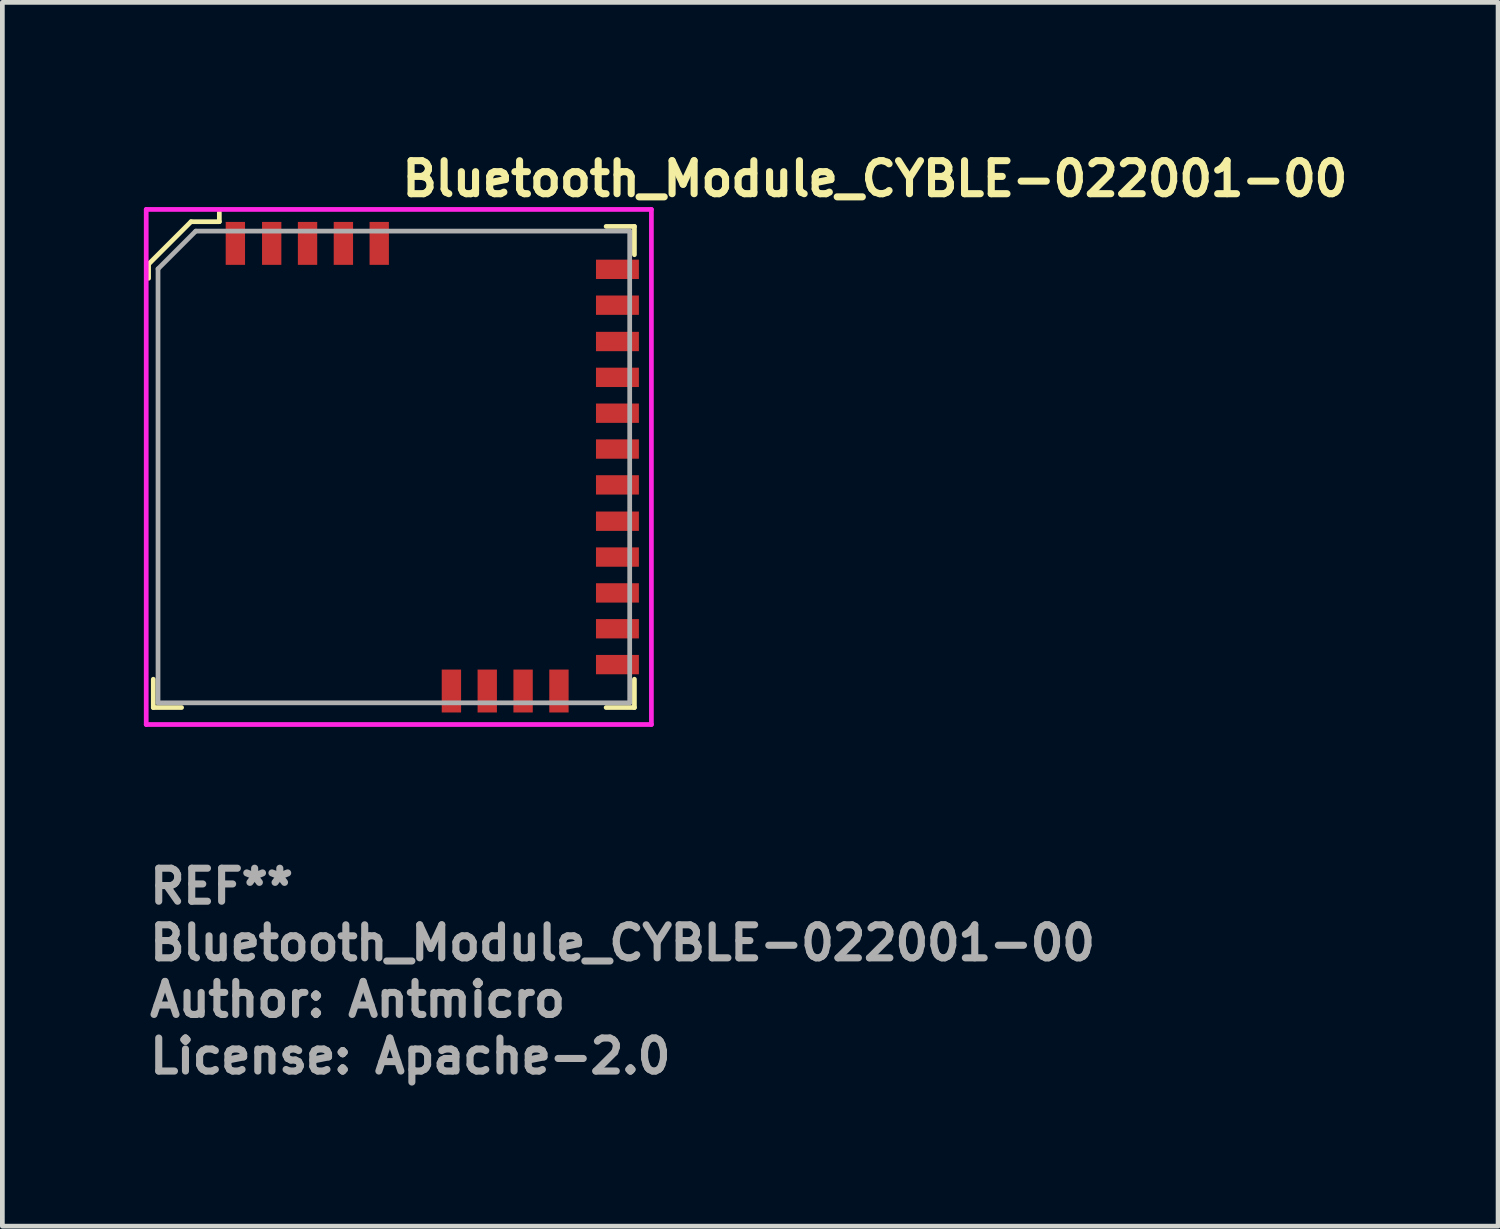
<source format=kicad_pcb>
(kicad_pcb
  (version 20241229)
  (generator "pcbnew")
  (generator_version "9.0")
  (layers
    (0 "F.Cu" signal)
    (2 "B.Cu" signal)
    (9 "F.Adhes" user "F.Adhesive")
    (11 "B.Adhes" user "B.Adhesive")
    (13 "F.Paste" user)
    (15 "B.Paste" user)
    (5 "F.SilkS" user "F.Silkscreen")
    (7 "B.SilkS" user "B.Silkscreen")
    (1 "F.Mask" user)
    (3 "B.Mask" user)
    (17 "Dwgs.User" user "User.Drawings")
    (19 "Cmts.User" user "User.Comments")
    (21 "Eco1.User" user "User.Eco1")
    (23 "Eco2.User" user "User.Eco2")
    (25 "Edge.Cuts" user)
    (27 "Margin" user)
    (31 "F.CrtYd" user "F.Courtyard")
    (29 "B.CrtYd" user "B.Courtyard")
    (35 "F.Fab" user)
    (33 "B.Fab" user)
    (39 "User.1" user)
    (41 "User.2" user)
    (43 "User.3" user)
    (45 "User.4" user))
  (footprint "Bluetooth_Module_CYBLE-022001-00"
    (layer "F.Cu")
    (at 5.4 6.75)
    (property "Reference" "Bluetooth_Module_CYBLE-022001-00" (at 0 -5.6 0) (layer "F.SilkS") (effects (font (size 0.7 0.7) (thickness 0.15)) (justify left bottom)))
    (attr smd)
    (fp_line (start -5.3 -4.2) (end -4.4 -5.1) (stroke (width 0.1) (type solid)) (layer "F.SilkS"))
    (fp_line (start -5.3 -3.9) (end -5.3 -4.2) (stroke (width 0.1) (type solid)) (layer "F.SilkS"))
    (fp_line (start -5.2 5.2) (end -5.2 4.6) (stroke (width 0.1) (type solid)) (layer "F.SilkS"))
    (fp_line (start -5.2 5.2) (end -4.6 5.2) (stroke (width 0.1) (type solid)) (layer "F.SilkS"))
    (fp_line (start -4.4 -5.1) (end -3.8 -5.1) (stroke (width 0.1) (type solid)) (layer "F.SilkS"))
    (fp_line (start -3.8 -5.1) (end -3.8 -5.3) (stroke (width 0.1) (type solid)) (layer "F.SilkS"))
    (fp_line (start 5 -5) (end 4.4 -5) (stroke (width 0.1) (type solid)) (layer "F.SilkS"))
    (fp_line (start 5 -5) (end 5 -4.4) (stroke (width 0.1) (type solid)) (layer "F.SilkS"))
    (fp_line (start 5 4.6) (end 5 5.2) (stroke (width 0.1) (type solid)) (layer "F.SilkS"))
    (fp_line (start 5 5.2) (end 4.4 5.2) (stroke (width 0.1) (type solid)) (layer "F.SilkS"))
    (fp_line (start -5.35 -5.36) (end 5.36 -5.36) (stroke (width 0.1) (type solid)) (layer "F.CrtYd"))
    (fp_line (start -5.35 5.56) (end -5.35 -5.36) (stroke (width 0.1) (type solid)) (layer "F.CrtYd"))
    (fp_line (start -5.35 5.56) (end 5.36 5.56) (stroke (width 0.1) (type solid)) (layer "F.CrtYd"))
    (fp_line (start 5.36 5.56) (end 5.36 -5.36) (stroke (width 0.1) (type solid)) (layer "F.CrtYd"))
    (fp_line (start -5.1 -4.1) (end -4.3 -4.9) (stroke (width 0.1) (type solid)) (layer "F.Fab"))
    (fp_line (start -5.1 5.1) (end -5.1 -4.1) (stroke (width 0.1) (type solid)) (layer "F.Fab"))
    (fp_line (start -5.1 5.1) (end 4.9 5.1) (stroke (width 0.1) (type solid)) (layer "F.Fab"))
    (fp_line (start -4.3 -4.9) (end 4.9 -4.9) (stroke (width 0.1) (type solid)) (layer "F.Fab"))
    (fp_line (start 4.9 5.1) (end 4.9 -4.9) (stroke (width 0.1) (type solid)) (layer "F.Fab"))
    (fp_line (start -5.013 -4.876) (end -5.013 5.114) (stroke (width 0.1) (type solid)) (layer "User.9"))
    (fp_line (start -5.013 5.114) (end 1.196 5.114) (stroke (width 0.1) (type solid)) (layer "User.9"))
    (fp_line (start -4.719 -4.336) (end -4.719 -2.126) (stroke (width 0.1) (type solid)) (layer "User.9"))
    (fp_line (start -4.719 -4.336) (end -4.718 -4.336) (stroke (width 0.1) (type solid)) (layer "User.9"))
    (fp_line (start -4.718 -4.336) (end -4.715 -4.336) (stroke (width 0.1) (type solid)) (layer "User.9"))
    (fp_line (start -4.718 -2.126) (end -4.719 -2.126) (stroke (width 0.1) (type solid)) (layer "User.9"))
    (fp_line (start -4.715 -4.336) (end -4.71 -4.336) (stroke (width 0.1) (type solid)) (layer "User.9"))
    (fp_line (start -4.715 -2.126) (end -4.718 -2.126) (stroke (width 0.1) (type solid)) (layer "User.9"))
    (fp_line (start -4.71 -4.336) (end -4.703 -4.336) (stroke (width 0.1) (type solid)) (layer "User.9"))
    (fp_line (start -4.71 -2.126) (end -4.715 -2.126) (stroke (width 0.1) (type solid)) (layer "User.9"))
    (fp_line (start -4.703 -4.336) (end -4.695 -4.336) (stroke (width 0.1) (type solid)) (layer "User.9"))
    (fp_line (start -4.703 -2.126) (end -4.71 -2.126) (stroke (width 0.1) (type solid)) (layer "User.9"))
    (fp_line (start -4.695 -4.336) (end -4.684 -4.336) (stroke (width 0.1) (type solid)) (layer "User.9"))
    (fp_line (start -4.695 -2.126) (end -4.703 -2.126) (stroke (width 0.1) (type solid)) (layer "User.9"))
    (fp_line (start -4.684 -4.336) (end -4.672 -4.336) (stroke (width 0.1) (type solid)) (layer "User.9"))
    (fp_line (start -4.684 -2.126) (end -4.695 -2.126) (stroke (width 0.1) (type solid)) (layer "User.9"))
    (fp_line (start -4.672 -4.336) (end -4.659 -4.336) (stroke (width 0.1) (type solid)) (layer "User.9"))
    (fp_line (start -4.672 -2.126) (end -4.684 -2.126) (stroke (width 0.1) (type solid)) (layer "User.9"))
    (fp_line (start -4.667 1.605) (end -4.667 1.145) (stroke (width 0.1) (type solid)) (layer "User.9"))
    (fp_line (start -4.667 1.605) (end -4.664 1.615) (stroke (width 0.1) (type solid)) (layer "User.9"))
    (fp_line (start -4.667 1.605) (end -4.664 1.615) (stroke (width 0.1) (type solid)) (layer "User.9"))
    (fp_line (start -4.667 3.845) (end -4.667 3.845) (stroke (width 0.1) (type solid)) (layer "User.9"))
    (fp_line (start -4.667 3.845) (end -4.664 3.835) (stroke (width 0.1) (type solid)) (layer "User.9"))
    (fp_line (start -4.667 4.305) (end -4.667 3.845) (stroke (width 0.1) (type solid)) (layer "User.9"))
    (fp_line (start -4.667 4.305) (end -4.667 4.305) (stroke (width 0.1) (type solid)) (layer "User.9"))
    (fp_line (start -4.667 1.145) (end -4.667 1.145) (stroke (width 0.1) (type solid)) (layer "User.9"))
    (fp_line (start -4.667 1.605) (end -4.667 1.605) (stroke (width 0.1) (type solid)) (layer "User.9"))
    (fp_line (start -4.667 3.845) (end -4.666 3.845) (stroke (width 0.1) (type solid)) (layer "User.9"))
    (fp_line (start -4.667 4.305) (end -4.666 4.305) (stroke (width 0.1) (type solid)) (layer "User.9"))
    (fp_line (start -4.666 1.145) (end -4.667 1.145) (stroke (width 0.1) (type solid)) (layer "User.9"))
    (fp_line (start -4.666 1.605) (end -4.667 1.605) (stroke (width 0.1) (type solid)) (layer "User.9"))
    (fp_line (start -4.666 3.845) (end -4.666 3.845) (stroke (width 0.1) (type solid)) (layer "User.9"))
    (fp_line (start -4.666 4.305) (end -4.666 4.305) (stroke (width 0.1) (type solid)) (layer "User.9"))
    (fp_line (start -4.666 1.145) (end -4.666 1.145) (stroke (width 0.1) (type solid)) (layer "User.9"))
    (fp_line (start -4.666 1.605) (end -4.666 1.605) (stroke (width 0.1) (type solid)) (layer "User.9"))
    (fp_line (start -4.666 3.845) (end -4.665 3.845) (stroke (width 0.1) (type solid)) (layer "User.9"))
    (fp_line (start -4.666 4.305) (end -4.665 4.305) (stroke (width 0.1) (type solid)) (layer "User.9"))
    (fp_line (start -4.665 1.145) (end -4.666 1.145) (stroke (width 0.1) (type solid)) (layer "User.9"))
    (fp_line (start -4.665 1.605) (end -4.666 1.605) (stroke (width 0.1) (type solid)) (layer "User.9"))
    (fp_line (start -4.665 3.845) (end -4.664 3.845) (stroke (width 0.1) (type solid)) (layer "User.9"))
    (fp_line (start -4.665 4.305) (end -4.664 4.305) (stroke (width 0.1) (type solid)) (layer "User.9"))
    (fp_line (start -4.664 1.135) (end -4.667 1.145) (stroke (width 0.1) (type solid)) (layer "User.9"))
    (fp_line (start -4.664 1.135) (end -4.667 1.145) (stroke (width 0.1) (type solid)) (layer "User.9"))
    (fp_line (start -4.664 1.615) (end -4.657 1.623) (stroke (width 0.1) (type solid)) (layer "User.9"))
    (fp_line (start -4.664 1.615) (end -4.657 1.623) (stroke (width 0.1) (type solid)) (layer "User.9"))
    (fp_line (start -4.664 3.835) (end -4.657 3.828) (stroke (width 0.1) (type solid)) (layer "User.9"))
    (fp_line (start -4.664 4.315) (end -4.667 4.305) (stroke (width 0.1) (type solid)) (layer "User.9"))
    (fp_line (start -4.664 4.315) (end -4.667 4.305) (stroke (width 0.1) (type solid)) (layer "User.9"))
    (fp_line (start -4.664 4.315) (end -4.667 4.305) (stroke (width 0.1) (type solid)) (layer "User.9"))
    (fp_line (start -4.664 1.145) (end -4.665 1.145) (stroke (width 0.1) (type solid)) (layer "User.9"))
    (fp_line (start -4.664 1.605) (end -4.665 1.605) (stroke (width 0.1) (type solid)) (layer "User.9"))
    (fp_line (start -4.664 3.845) (end -4.662 3.845) (stroke (width 0.1) (type solid)) (layer "User.9"))
    (fp_line (start -4.664 4.305) (end -4.662 4.305) (stroke (width 0.1) (type solid)) (layer "User.9"))
    (fp_line (start -4.662 1.145) (end -4.664 1.145) (stroke (width 0.1) (type solid)) (layer "User.9"))
    (fp_line (start -4.662 1.605) (end -4.664 1.605) (stroke (width 0.1) (type solid)) (layer "User.9"))
    (fp_line (start -4.662 3.845) (end -4.661 3.845) (stroke (width 0.1) (type solid)) (layer "User.9"))
    (fp_line (start -4.662 4.305) (end -4.661 4.305) (stroke (width 0.1) (type solid)) (layer "User.9"))
    (fp_line (start -4.661 1.145) (end -4.662 1.145) (stroke (width 0.1) (type solid)) (layer "User.9"))
    (fp_line (start -4.661 1.605) (end -4.662 1.605) (stroke (width 0.1) (type solid)) (layer "User.9"))
    (fp_line (start -4.661 3.845) (end -4.659 3.845) (stroke (width 0.1) (type solid)) (layer "User.9"))
    (fp_line (start -4.661 4.305) (end -4.659 4.305) (stroke (width 0.1) (type solid)) (layer "User.9"))
    (fp_line (start -4.659 1.145) (end -4.661 1.145) (stroke (width 0.1) (type solid)) (layer "User.9"))
    (fp_line (start -4.659 1.605) (end -4.661 1.605) (stroke (width 0.1) (type solid)) (layer "User.9"))
    (fp_line (start -4.659 3.845) (end -4.657 3.845) (stroke (width 0.1) (type solid)) (layer "User.9"))
    (fp_line (start -4.659 4.305) (end -4.657 4.305) (stroke (width 0.1) (type solid)) (layer "User.9"))
    (fp_line (start -4.659 -4.336) (end -4.644 -4.336) (stroke (width 0.1) (type solid)) (layer "User.9"))
    (fp_line (start -4.659 -2.126) (end -4.672 -2.126) (stroke (width 0.1) (type solid)) (layer "User.9"))
    (fp_line (start -4.657 1.145) (end -4.659 1.145) (stroke (width 0.1) (type solid)) (layer "User.9"))
    (fp_line (start -4.657 1.605) (end -4.659 1.605) (stroke (width 0.1) (type solid)) (layer "User.9"))
    (fp_line (start -4.657 3.845) (end -4.655 3.845) (stroke (width 0.1) (type solid)) (layer "User.9"))
    (fp_line (start -4.657 4.305) (end -4.655 4.305) (stroke (width 0.1) (type solid)) (layer "User.9"))
    (fp_line (start -4.657 1.128) (end -4.664 1.135) (stroke (width 0.1) (type solid)) (layer "User.9"))
    (fp_line (start -4.657 1.128) (end -4.664 1.135) (stroke (width 0.1) (type solid)) (layer "User.9"))
    (fp_line (start -4.657 1.623) (end -4.647 1.625) (stroke (width 0.1) (type solid)) (layer "User.9"))
    (fp_line (start -4.657 1.623) (end -4.647 1.625) (stroke (width 0.1) (type solid)) (layer "User.9"))
    (fp_line (start -4.657 3.828) (end -4.647 3.825) (stroke (width 0.1) (type solid)) (layer "User.9"))
    (fp_line (start -4.657 4.323) (end -4.664 4.315) (stroke (width 0.1) (type solid)) (layer "User.9"))
    (fp_line (start -4.657 4.323) (end -4.664 4.315) (stroke (width 0.1) (type solid)) (layer "User.9"))
    (fp_line (start -4.657 4.323) (end -4.664 4.315) (stroke (width 0.1) (type solid)) (layer "User.9"))
    (fp_line (start -4.655 1.145) (end -4.657 1.145) (stroke (width 0.1) (type solid)) (layer "User.9"))
    (fp_line (start -4.655 1.605) (end -4.657 1.605) (stroke (width 0.1) (type solid)) (layer "User.9"))
    (fp_line (start -4.655 3.845) (end -4.653 3.845) (stroke (width 0.1) (type solid)) (layer "User.9"))
    (fp_line (start -4.655 4.305) (end -4.653 4.305) (stroke (width 0.1) (type solid)) (layer "User.9"))
    (fp_line (start -4.653 1.145) (end -4.655 1.145) (stroke (width 0.1) (type solid)) (layer "User.9"))
    (fp_line (start -4.653 1.605) (end -4.655 1.605) (stroke (width 0.1) (type solid)) (layer "User.9"))
    (fp_line (start -4.653 3.845) (end -4.651 3.845) (stroke (width 0.1) (type solid)) (layer "User.9"))
    (fp_line (start -4.653 4.305) (end -4.651 4.305) (stroke (width 0.1) (type solid)) (layer "User.9"))
    (fp_line (start -4.651 1.145) (end -4.653 1.145) (stroke (width 0.1) (type solid)) (layer "User.9"))
    (fp_line (start -4.651 1.605) (end -4.653 1.605) (stroke (width 0.1) (type solid)) (layer "User.9"))
    (fp_line (start -4.651 3.845) (end -4.649 3.845) (stroke (width 0.1) (type solid)) (layer "User.9"))
    (fp_line (start -4.651 4.305) (end -4.649 4.305) (stroke (width 0.1) (type solid)) (layer "User.9"))
    (fp_line (start -4.649 1.145) (end -4.651 1.145) (stroke (width 0.1) (type solid)) (layer "User.9"))
    (fp_line (start -4.649 1.605) (end -4.651 1.605) (stroke (width 0.1) (type solid)) (layer "User.9"))
    (fp_line (start -4.649 3.845) (end -4.647 3.845) (stroke (width 0.1) (type solid)) (layer "User.9"))
    (fp_line (start -4.649 4.305) (end -4.647 4.305) (stroke (width 0.1) (type solid)) (layer "User.9"))
    (fp_line (start -4.647 1.125) (end -4.657 1.128) (stroke (width 0.1) (type solid)) (layer "User.9"))
    (fp_line (start -4.647 1.125) (end -4.657 1.128) (stroke (width 0.1) (type solid)) (layer "User.9"))
    (fp_line (start -4.647 1.125) (end -4.647 1.125) (stroke (width 0.1) (type solid)) (layer "User.9"))
    (fp_line (start -4.647 1.125) (end -3.037 1.125) (stroke (width 0.1) (type solid)) (layer "User.9"))
    (fp_line (start -4.647 1.125) (end -4.647 1.126) (stroke (width 0.1) (type solid)) (layer "User.9"))
    (fp_line (start -4.647 1.126) (end -4.647 1.126) (stroke (width 0.1) (type solid)) (layer "User.9"))
    (fp_line (start -4.647 1.126) (end -4.647 1.127) (stroke (width 0.1) (type solid)) (layer "User.9"))
    (fp_line (start -4.647 1.127) (end -4.647 1.128) (stroke (width 0.1) (type solid)) (layer "User.9"))
    (fp_line (start -4.647 1.128) (end -4.647 1.13) (stroke (width 0.1) (type solid)) (layer "User.9"))
    (fp_line (start -4.647 1.13) (end -4.647 1.131) (stroke (width 0.1) (type solid)) (layer "User.9"))
    (fp_line (start -4.647 1.131) (end -4.647 1.133) (stroke (width 0.1) (type solid)) (layer "User.9"))
    (fp_line (start -4.647 1.133) (end -4.647 1.135) (stroke (width 0.1) (type solid)) (layer "User.9"))
    (fp_line (start -4.647 1.135) (end -4.647 1.137) (stroke (width 0.1) (type solid)) (layer "User.9"))
    (fp_line (start -4.647 1.137) (end -4.647 1.139) (stroke (width 0.1) (type solid)) (layer "User.9"))
    (fp_line (start -4.647 1.139) (end -4.647 1.141) (stroke (width 0.1) (type solid)) (layer "User.9"))
    (fp_line (start -4.647 1.141) (end -4.647 1.143) (stroke (width 0.1) (type solid)) (layer "User.9"))
    (fp_line (start -4.647 1.143) (end -4.647 1.145) (stroke (width 0.1) (type solid)) (layer "User.9"))
    (fp_line (start -4.647 1.145) (end -4.649 1.145) (stroke (width 0.1) (type solid)) (layer "User.9"))
    (fp_line (start -4.647 1.145) (end -4.647 1.605) (stroke (width 0.1) (type solid)) (layer "User.9"))
    (fp_line (start -4.647 1.605) (end -4.649 1.605) (stroke (width 0.1) (type solid)) (layer "User.9"))
    (fp_line (start -4.647 1.605) (end -4.647 1.607) (stroke (width 0.1) (type solid)) (layer "User.9"))
    (fp_line (start -4.647 1.605) (end -3.037 1.605) (stroke (width 0.1) (type solid)) (layer "User.9"))
    (fp_line (start -4.647 1.607) (end -4.647 1.61) (stroke (width 0.1) (type solid)) (layer "User.9"))
    (fp_line (start -4.647 1.61) (end -4.647 1.612) (stroke (width 0.1) (type solid)) (layer "User.9"))
    (fp_line (start -4.647 1.612) (end -4.647 1.614) (stroke (width 0.1) (type solid)) (layer "User.9"))
    (fp_line (start -4.647 1.614) (end -4.647 1.616) (stroke (width 0.1) (type solid)) (layer "User.9"))
    (fp_line (start -4.647 1.616) (end -4.647 1.618) (stroke (width 0.1) (type solid)) (layer "User.9"))
    (fp_line (start -4.647 1.618) (end -4.647 1.619) (stroke (width 0.1) (type solid)) (layer "User.9"))
    (fp_line (start -4.647 1.619) (end -4.647 1.621) (stroke (width 0.1) (type solid)) (layer "User.9"))
    (fp_line (start -4.647 1.621) (end -4.647 1.622) (stroke (width 0.1) (type solid)) (layer "User.9"))
    (fp_line (start -4.647 1.622) (end -4.647 1.623) (stroke (width 0.1) (type solid)) (layer "User.9"))
    (fp_line (start -4.647 1.623) (end -4.647 1.624) (stroke (width 0.1) (type solid)) (layer "User.9"))
    (fp_line (start -4.647 1.624) (end -4.647 1.625) (stroke (width 0.1) (type solid)) (layer "User.9"))
    (fp_line (start -4.647 1.625) (end -4.647 1.625) (stroke (width 0.1) (type solid)) (layer "User.9"))
    (fp_line (start -4.647 1.625) (end -4.647 1.625) (stroke (width 0.1) (type solid)) (layer "User.9"))
    (fp_line (start -4.647 3.825) (end -3.037 3.825) (stroke (width 0.1) (type solid)) (layer "User.9"))
    (fp_line (start -4.647 3.825) (end -4.647 3.825) (stroke (width 0.1) (type solid)) (layer "User.9"))
    (fp_line (start -4.647 3.826) (end -4.647 3.825) (stroke (width 0.1) (type solid)) (layer "User.9"))
    (fp_line (start -4.647 3.826) (end -4.647 3.826) (stroke (width 0.1) (type solid)) (layer "User.9"))
    (fp_line (start -4.647 3.827) (end -4.647 3.826) (stroke (width 0.1) (type solid)) (layer "User.9"))
    (fp_line (start -4.647 3.828) (end -4.647 3.827) (stroke (width 0.1) (type solid)) (layer "User.9"))
    (fp_line (start -4.647 3.83) (end -4.647 3.828) (stroke (width 0.1) (type solid)) (layer "User.9"))
    (fp_line (start -4.647 3.831) (end -4.647 3.83) (stroke (width 0.1) (type solid)) (layer "User.9"))
    (fp_line (start -4.647 3.833) (end -4.647 3.831) (stroke (width 0.1) (type solid)) (layer "User.9"))
    (fp_line (start -4.647 3.835) (end -4.647 3.833) (stroke (width 0.1) (type solid)) (layer "User.9"))
    (fp_line (start -4.647 3.837) (end -4.647 3.835) (stroke (width 0.1) (type solid)) (layer "User.9"))
    (fp_line (start -4.647 3.839) (end -4.647 3.837) (stroke (width 0.1) (type solid)) (layer "User.9"))
    (fp_line (start -4.647 3.841) (end -4.647 3.839) (stroke (width 0.1) (type solid)) (layer "User.9"))
    (fp_line (start -4.647 3.843) (end -4.647 3.841) (stroke (width 0.1) (type solid)) (layer "User.9"))
    (fp_line (start -4.647 3.845) (end -4.647 3.843) (stroke (width 0.1) (type solid)) (layer "User.9"))
    (fp_line (start -4.647 3.845) (end -4.647 4.305) (stroke (width 0.1) (type solid)) (layer "User.9"))
    (fp_line (start -4.647 4.305) (end -3.037 4.305) (stroke (width 0.1) (type solid)) (layer "User.9"))
    (fp_line (start -4.647 4.307) (end -4.647 4.305) (stroke (width 0.1) (type solid)) (layer "User.9"))
    (fp_line (start -4.647 4.31) (end -4.647 4.307) (stroke (width 0.1) (type solid)) (layer "User.9"))
    (fp_line (start -4.647 4.312) (end -4.647 4.31) (stroke (width 0.1) (type solid)) (layer "User.9"))
    (fp_line (start -4.647 4.314) (end -4.647 4.312) (stroke (width 0.1) (type solid)) (layer "User.9"))
    (fp_line (start -4.647 4.316) (end -4.647 4.314) (stroke (width 0.1) (type solid)) (layer "User.9"))
    (fp_line (start -4.647 4.318) (end -4.647 4.316) (stroke (width 0.1) (type solid)) (layer "User.9"))
    (fp_line (start -4.647 4.319) (end -4.647 4.318) (stroke (width 0.1) (type solid)) (layer "User.9"))
    (fp_line (start -4.647 4.321) (end -4.647 4.319) (stroke (width 0.1) (type solid)) (layer "User.9"))
    (fp_line (start -4.647 4.322) (end -4.647 4.321) (stroke (width 0.1) (type solid)) (layer "User.9"))
    (fp_line (start -4.647 4.323) (end -4.647 4.322) (stroke (width 0.1) (type solid)) (layer "User.9"))
    (fp_line (start -4.647 4.324) (end -4.647 4.323) (stroke (width 0.1) (type solid)) (layer "User.9"))
    (fp_line (start -4.647 4.325) (end -4.647 4.324) (stroke (width 0.1) (type solid)) (layer "User.9"))
    (fp_line (start -4.647 4.325) (end -4.647 4.325) (stroke (width 0.1) (type solid)) (layer "User.9"))
    (fp_line (start -4.647 4.325) (end -4.657 4.323) (stroke (width 0.1) (type solid)) (layer "User.9"))
    (fp_line (start -4.647 4.325) (end -4.657 4.323) (stroke (width 0.1) (type solid)) (layer "User.9"))
    (fp_line (start -4.647 4.325) (end -4.657 4.323) (stroke (width 0.1) (type solid)) (layer "User.9"))
    (fp_line (start -4.647 4.325) (end -4.647 4.325) (stroke (width 0.1) (type solid)) (layer "User.9"))
    (fp_line (start -4.644 -4.336) (end -4.628 -4.336) (stroke (width 0.1) (type solid)) (layer "User.9"))
    (fp_line (start -4.644 -2.126) (end -4.659 -2.126) (stroke (width 0.1) (type solid)) (layer "User.9"))
    (fp_line (start -4.642 3.825) (end -4.642 1.625) (stroke (width 0.1) (type solid)) (layer "User.9"))
    (fp_line (start -4.628 -4.336) (end -4.612 -4.336) (stroke (width 0.1) (type solid)) (layer "User.9"))
    (fp_line (start -4.628 -2.126) (end -4.644 -2.126) (stroke (width 0.1) (type solid)) (layer "User.9"))
    (fp_line (start -4.612 -4.336) (end -4.595 -4.336) (stroke (width 0.1) (type solid)) (layer "User.9"))
    (fp_line (start -4.612 -2.126) (end -4.628 -2.126) (stroke (width 0.1) (type solid)) (layer "User.9"))
    (fp_line (start -4.595 -4.336) (end -4.577 -4.336) (stroke (width 0.1) (type solid)) (layer "User.9"))
    (fp_line (start -4.595 -2.126) (end -4.612 -2.126) (stroke (width 0.1) (type solid)) (layer "User.9"))
    (fp_line (start -4.592 1.625) (end -4.592 3.825) (stroke (width 0.1) (type solid)) (layer "User.9"))
    (fp_line (start -4.577 -4.336) (end -4.559 -4.336) (stroke (width 0.1) (type solid)) (layer "User.9"))
    (fp_line (start -4.577 -2.126) (end -4.595 -2.126) (stroke (width 0.1) (type solid)) (layer "User.9"))
    (fp_line (start -4.559 -4.336) (end -4.559 -2.126) (stroke (width 0.1) (type solid)) (layer "User.9"))
    (fp_line (start -4.559 -2.126) (end -4.577 -2.126) (stroke (width 0.1) (type solid)) (layer "User.9"))
    (fp_line (start -4.559 -2.126) (end -3.264 -2.126) (stroke (width 0.1) (type solid)) (layer "User.9"))
    (fp_line (start -4.419 -4.635) (end -4.419 -4.636) (stroke (width 0.1) (type solid)) (layer "User.9"))
    (fp_line (start -4.419 -4.632) (end -4.419 -4.635) (stroke (width 0.1) (type solid)) (layer "User.9"))
    (fp_line (start -4.419 -4.627) (end -4.419 -4.632) (stroke (width 0.1) (type solid)) (layer "User.9"))
    (fp_line (start -4.419 -4.62) (end -4.419 -4.627) (stroke (width 0.1) (type solid)) (layer "User.9"))
    (fp_line (start -4.419 -4.612) (end -4.419 -4.62) (stroke (width 0.1) (type solid)) (layer "User.9"))
    (fp_line (start -4.419 -4.601) (end -4.419 -4.612) (stroke (width 0.1) (type solid)) (layer "User.9"))
    (fp_line (start -4.419 -4.589) (end -4.419 -4.601) (stroke (width 0.1) (type solid)) (layer "User.9"))
    (fp_line (start -4.419 -4.576) (end -4.419 -4.589) (stroke (width 0.1) (type solid)) (layer "User.9"))
    (fp_line (start -4.419 -4.561) (end -4.419 -4.576) (stroke (width 0.1) (type solid)) (layer "User.9"))
    (fp_line (start -4.419 -4.546) (end -4.419 -4.561) (stroke (width 0.1) (type solid)) (layer "User.9"))
    (fp_line (start -4.419 -4.529) (end -4.419 -4.546) (stroke (width 0.1) (type solid)) (layer "User.9"))
    (fp_line (start -4.419 -4.512) (end -4.419 -4.529) (stroke (width 0.1) (type solid)) (layer "User.9"))
    (fp_line (start -4.419 -4.494) (end -4.419 -4.512) (stroke (width 0.1) (type solid)) (layer "User.9"))
    (fp_line (start -4.419 -4.476) (end -4.419 -4.494) (stroke (width 0.1) (type solid)) (layer "User.9"))
    (fp_line (start -4.419 -4.476) (end -4.419 -4.336) (stroke (width 0.1) (type solid)) (layer "User.9"))
    (fp_line (start -4.419 -4.336) (end -4.559 -4.336) (stroke (width 0.1) (type solid)) (layer "User.9"))
    (fp_line (start -4.092 1.875) (end -4.092 2.625) (stroke (width 0.1) (type solid)) (layer "User.9"))
    (fp_line (start -4.092 2.625) (end -3.592 2.625) (stroke (width 0.1) (type solid)) (layer "User.9"))
    (fp_line (start -4.091 1.876) (end -4.092 1.875) (stroke (width 0.1) (type solid)) (layer "User.9"))
    (fp_line (start -4.091 1.876) (end -4.091 2.624) (stroke (width 0.1) (type solid)) (layer "User.9"))
    (fp_line (start -4.091 2.624) (end -4.092 2.625) (stroke (width 0.1) (type solid)) (layer "User.9"))
    (fp_line (start -4.091 2.624) (end -3.593 2.624) (stroke (width 0.1) (type solid)) (layer "User.9"))
    (fp_line (start -3.593 1.876) (end -4.091 1.876) (stroke (width 0.1) (type solid)) (layer "User.9"))
    (fp_line (start -3.593 1.876) (end -3.592 1.875) (stroke (width 0.1) (type solid)) (layer "User.9"))
    (fp_line (start -3.593 2.624) (end -3.593 1.876) (stroke (width 0.1) (type solid)) (layer "User.9"))
    (fp_line (start -3.593 2.624) (end -3.592 2.625) (stroke (width 0.1) (type solid)) (layer "User.9"))
    (fp_line (start -3.592 1.875) (end -4.092 1.875) (stroke (width 0.1) (type solid)) (layer "User.9"))
    (fp_line (start -3.592 2.625) (end -3.592 1.875) (stroke (width 0.1) (type solid)) (layer "User.9"))
    (fp_line (start -3.578 -4.881) (end -3.375 -4.881) (stroke (width 0.1) (type solid)) (layer "User.9"))
    (fp_line (start -3.578 -4.876) (end -3.578 -4.881) (stroke (width 0.1) (type solid)) (layer "User.9"))
    (fp_line (start -3.376 -4.876) (end -5.013 -4.876) (stroke (width 0.1) (type solid)) (layer "User.9"))
    (fp_line (start -3.375 -4.881) (end -3.375 -4.881) (stroke (width 0.1) (type solid)) (layer "User.9"))
    (fp_line (start -3.375 -4.881) (end -3.374 -4.881) (stroke (width 0.1) (type solid)) (layer "User.9"))
    (fp_line (start -3.374 -4.881) (end -3.172 -4.881) (stroke (width 0.1) (type solid)) (layer "User.9"))
    (fp_line (start -3.373 -4.876) (end -3.376 -4.876) (stroke (width 0.1) (type solid)) (layer "User.9"))
    (fp_line (start -3.264 -2.136) (end -0.224 -2.136) (stroke (width 0.1) (type solid)) (layer "User.9"))
    (fp_line (start -3.264 -2.126) (end -3.264 -2.136) (stroke (width 0.1) (type solid)) (layer "User.9"))
    (fp_line (start -3.264 -2.096) (end -3.264 -2.126) (stroke (width 0.1) (type solid)) (layer "User.9"))
    (fp_line (start -3.264 -2.068) (end -3.264 -2.096) (stroke (width 0.1) (type solid)) (layer "User.9"))
    (fp_line (start -3.264 -2.043) (end -3.264 -2.068) (stroke (width 0.1) (type solid)) (layer "User.9"))
    (fp_line (start -3.264 -2.02) (end -3.264 -2.043) (stroke (width 0.1) (type solid)) (layer "User.9"))
    (fp_line (start -3.264 -2.001) (end -3.264 -2.02) (stroke (width 0.1) (type solid)) (layer "User.9"))
    (fp_line (start -3.264 -1.987) (end -3.264 -2.001) (stroke (width 0.1) (type solid)) (layer "User.9"))
    (fp_line (start -3.264 -1.979) (end -3.264 -1.987) (stroke (width 0.1) (type solid)) (layer "User.9"))
    (fp_line (start -3.264 -1.976) (end -3.264 -1.979) (stroke (width 0.1) (type solid)) (layer "User.9"))
    (fp_line (start -3.264 -1.976) (end -0.224 -1.976) (stroke (width 0.1) (type solid)) (layer "User.9"))
    (fp_line (start -3.172 -4.881) (end -3.172 -4.876) (stroke (width 0.1) (type solid)) (layer "User.9"))
    (fp_line (start -3.092 3.825) (end -3.092 1.625) (stroke (width 0.1) (type solid)) (layer "User.9"))
    (fp_line (start -3.042 1.625) (end -3.042 3.825) (stroke (width 0.1) (type solid)) (layer "User.9"))
    (fp_line (start -3.037 1.125) (end -3.037 1.125) (stroke (width 0.1) (type solid)) (layer "User.9"))
    (fp_line (start -3.037 1.125) (end -3.037 1.126) (stroke (width 0.1) (type solid)) (layer "User.9"))
    (fp_line (start -3.037 1.126) (end -3.037 1.126) (stroke (width 0.1) (type solid)) (layer "User.9"))
    (fp_line (start -3.037 1.126) (end -3.037 1.127) (stroke (width 0.1) (type solid)) (layer "User.9"))
    (fp_line (start -3.037 1.127) (end -3.037 1.128) (stroke (width 0.1) (type solid)) (layer "User.9"))
    (fp_line (start -3.037 1.128) (end -3.037 1.13) (stroke (width 0.1) (type solid)) (layer "User.9"))
    (fp_line (start -3.037 1.13) (end -3.037 1.131) (stroke (width 0.1) (type solid)) (layer "User.9"))
    (fp_line (start -3.037 1.131) (end -3.037 1.133) (stroke (width 0.1) (type solid)) (layer "User.9"))
    (fp_line (start -3.037 1.133) (end -3.037 1.135) (stroke (width 0.1) (type solid)) (layer "User.9"))
    (fp_line (start -3.037 1.135) (end -3.037 1.137) (stroke (width 0.1) (type solid)) (layer "User.9"))
    (fp_line (start -3.037 1.137) (end -3.037 1.139) (stroke (width 0.1) (type solid)) (layer "User.9"))
    (fp_line (start -3.037 1.139) (end -3.037 1.141) (stroke (width 0.1) (type solid)) (layer "User.9"))
    (fp_line (start -3.037 1.141) (end -3.037 1.143) (stroke (width 0.1) (type solid)) (layer "User.9"))
    (fp_line (start -3.037 1.143) (end -3.037 1.145) (stroke (width 0.1) (type solid)) (layer "User.9"))
    (fp_line (start -3.037 1.145) (end -4.647 1.145) (stroke (width 0.1) (type solid)) (layer "User.9"))
    (fp_line (start -3.037 1.605) (end -3.037 1.145) (stroke (width 0.1) (type solid)) (layer "User.9"))
    (fp_line (start -3.037 1.605) (end -3.037 1.607) (stroke (width 0.1) (type solid)) (layer "User.9"))
    (fp_line (start -3.037 1.607) (end -3.037 1.61) (stroke (width 0.1) (type solid)) (layer "User.9"))
    (fp_line (start -3.037 1.61) (end -3.037 1.612) (stroke (width 0.1) (type solid)) (layer "User.9"))
    (fp_line (start -3.037 1.612) (end -3.037 1.614) (stroke (width 0.1) (type solid)) (layer "User.9"))
    (fp_line (start -3.037 1.614) (end -3.037 1.616) (stroke (width 0.1) (type solid)) (layer "User.9"))
    (fp_line (start -3.037 1.616) (end -3.037 1.618) (stroke (width 0.1) (type solid)) (layer "User.9"))
    (fp_line (start -3.037 1.618) (end -3.037 1.619) (stroke (width 0.1) (type solid)) (layer "User.9"))
    (fp_line (start -3.037 1.619) (end -3.037 1.621) (stroke (width 0.1) (type solid)) (layer "User.9"))
    (fp_line (start -3.037 1.621) (end -3.037 1.622) (stroke (width 0.1) (type solid)) (layer "User.9"))
    (fp_line (start -3.037 1.622) (end -3.037 1.623) (stroke (width 0.1) (type solid)) (layer "User.9"))
    (fp_line (start -3.037 1.623) (end -3.037 1.624) (stroke (width 0.1) (type solid)) (layer "User.9"))
    (fp_line (start -3.037 1.624) (end -3.037 1.625) (stroke (width 0.1) (type solid)) (layer "User.9"))
    (fp_line (start -3.037 1.625) (end -3.037 1.625) (stroke (width 0.1) (type solid)) (layer "User.9"))
    (fp_line (start -3.037 1.625) (end -3.037 1.625) (stroke (width 0.1) (type solid)) (layer "User.9"))
    (fp_line (start -3.037 1.625) (end -4.647 1.625) (stroke (width 0.1) (type solid)) (layer "User.9"))
    (fp_line (start -3.037 3.825) (end -3.037 3.825) (stroke (width 0.1) (type solid)) (layer "User.9"))
    (fp_line (start -3.037 3.825) (end -3.027 3.828) (stroke (width 0.1) (type solid)) (layer "User.9"))
    (fp_line (start -3.037 3.825) (end -3.037 3.826) (stroke (width 0.1) (type solid)) (layer "User.9"))
    (fp_line (start -3.037 3.826) (end -3.037 3.826) (stroke (width 0.1) (type solid)) (layer "User.9"))
    (fp_line (start -3.037 3.826) (end -3.037 3.827) (stroke (width 0.1) (type solid)) (layer "User.9"))
    (fp_line (start -3.037 3.827) (end -3.037 3.828) (stroke (width 0.1) (type solid)) (layer "User.9"))
    (fp_line (start -3.037 3.828) (end -3.037 3.83) (stroke (width 0.1) (type solid)) (layer "User.9"))
    (fp_line (start -3.037 3.83) (end -3.037 3.831) (stroke (width 0.1) (type solid)) (layer "User.9"))
    (fp_line (start -3.037 3.831) (end -3.037 3.833) (stroke (width 0.1) (type solid)) (layer "User.9"))
    (fp_line (start -3.037 3.833) (end -3.037 3.835) (stroke (width 0.1) (type solid)) (layer "User.9"))
    (fp_line (start -3.037 3.835) (end -3.037 3.837) (stroke (width 0.1) (type solid)) (layer "User.9"))
    (fp_line (start -3.037 3.837) (end -3.037 3.839) (stroke (width 0.1) (type solid)) (layer "User.9"))
    (fp_line (start -3.037 3.839) (end -3.037 3.841) (stroke (width 0.1) (type solid)) (layer "User.9"))
    (fp_line (start -3.037 3.841) (end -3.037 3.843) (stroke (width 0.1) (type solid)) (layer "User.9"))
    (fp_line (start -3.037 3.843) (end -3.037 3.845) (stroke (width 0.1) (type solid)) (layer "User.9"))
    (fp_line (start -3.037 3.845) (end -4.647 3.845) (stroke (width 0.1) (type solid)) (layer "User.9"))
    (fp_line (start -3.037 3.845) (end -3.035 3.845) (stroke (width 0.1) (type solid)) (layer "User.9"))
    (fp_line (start -3.037 4.305) (end -3.037 3.845) (stroke (width 0.1) (type solid)) (layer "User.9"))
    (fp_line (start -3.037 4.305) (end -3.037 4.307) (stroke (width 0.1) (type solid)) (layer "User.9"))
    (fp_line (start -3.037 4.305) (end -3.035 4.305) (stroke (width 0.1) (type solid)) (layer "User.9"))
    (fp_line (start -3.037 4.307) (end -3.037 4.31) (stroke (width 0.1) (type solid)) (layer "User.9"))
    (fp_line (start -3.037 4.31) (end -3.037 4.312) (stroke (width 0.1) (type solid)) (layer "User.9"))
    (fp_line (start -3.037 4.312) (end -3.037 4.314) (stroke (width 0.1) (type solid)) (layer "User.9"))
    (fp_line (start -3.037 4.314) (end -3.037 4.316) (stroke (width 0.1) (type solid)) (layer "User.9"))
    (fp_line (start -3.037 4.316) (end -3.037 4.318) (stroke (width 0.1) (type solid)) (layer "User.9"))
    (fp_line (start -3.037 4.318) (end -3.037 4.319) (stroke (width 0.1) (type solid)) (layer "User.9"))
    (fp_line (start -3.037 4.319) (end -3.037 4.321) (stroke (width 0.1) (type solid)) (layer "User.9"))
    (fp_line (start -3.037 4.321) (end -3.037 4.322) (stroke (width 0.1) (type solid)) (layer "User.9"))
    (fp_line (start -3.037 4.322) (end -3.037 4.323) (stroke (width 0.1) (type solid)) (layer "User.9"))
    (fp_line (start -3.037 4.323) (end -3.037 4.324) (stroke (width 0.1) (type solid)) (layer "User.9"))
    (fp_line (start -3.037 4.324) (end -3.037 4.325) (stroke (width 0.1) (type solid)) (layer "User.9"))
    (fp_line (start -3.037 4.325) (end -3.037 4.325) (stroke (width 0.1) (type solid)) (layer "User.9"))
    (fp_line (start -3.037 4.325) (end -3.037 4.325) (stroke (width 0.1) (type solid)) (layer "User.9"))
    (fp_line (start -3.037 4.325) (end -4.647 4.325) (stroke (width 0.1) (type solid)) (layer "User.9"))
    (fp_line (start -3.035 1.145) (end -3.037 1.145) (stroke (width 0.1) (type solid)) (layer "User.9"))
    (fp_line (start -3.035 1.605) (end -3.037 1.605) (stroke (width 0.1) (type solid)) (layer "User.9"))
    (fp_line (start -3.035 3.845) (end -3.032 3.845) (stroke (width 0.1) (type solid)) (layer "User.9"))
    (fp_line (start -3.035 4.305) (end -3.032 4.305) (stroke (width 0.1) (type solid)) (layer "User.9"))
    (fp_line (start -3.032 1.145) (end -3.035 1.145) (stroke (width 0.1) (type solid)) (layer "User.9"))
    (fp_line (start -3.032 1.605) (end -3.035 1.605) (stroke (width 0.1) (type solid)) (layer "User.9"))
    (fp_line (start -3.032 3.845) (end -3.03 3.845) (stroke (width 0.1) (type solid)) (layer "User.9"))
    (fp_line (start -3.032 4.305) (end -3.03 4.305) (stroke (width 0.1) (type solid)) (layer "User.9"))
    (fp_line (start -3.03 1.145) (end -3.032 1.145) (stroke (width 0.1) (type solid)) (layer "User.9"))
    (fp_line (start -3.03 1.605) (end -3.032 1.605) (stroke (width 0.1) (type solid)) (layer "User.9"))
    (fp_line (start -3.03 3.845) (end -3.028 3.845) (stroke (width 0.1) (type solid)) (layer "User.9"))
    (fp_line (start -3.03 4.305) (end -3.028 4.305) (stroke (width 0.1) (type solid)) (layer "User.9"))
    (fp_line (start -3.028 1.145) (end -3.03 1.145) (stroke (width 0.1) (type solid)) (layer "User.9"))
    (fp_line (start -3.028 1.605) (end -3.03 1.605) (stroke (width 0.1) (type solid)) (layer "User.9"))
    (fp_line (start -3.028 3.845) (end -3.026 3.845) (stroke (width 0.1) (type solid)) (layer "User.9"))
    (fp_line (start -3.028 4.305) (end -3.026 4.305) (stroke (width 0.1) (type solid)) (layer "User.9"))
    (fp_line (start -3.027 1.128) (end -3.037 1.125) (stroke (width 0.1) (type solid)) (layer "User.9"))
    (fp_line (start -3.027 1.128) (end -3.037 1.125) (stroke (width 0.1) (type solid)) (layer "User.9"))
    (fp_line (start -3.027 1.623) (end -3.037 1.625) (stroke (width 0.1) (type solid)) (layer "User.9"))
    (fp_line (start -3.027 3.828) (end -3.019 3.835) (stroke (width 0.1) (type solid)) (layer "User.9"))
    (fp_line (start -3.027 4.323) (end -3.037 4.325) (stroke (width 0.1) (type solid)) (layer "User.9"))
    (fp_line (start -3.026 1.145) (end -3.028 1.145) (stroke (width 0.1) (type solid)) (layer "User.9"))
    (fp_line (start -3.026 1.605) (end -3.028 1.605) (stroke (width 0.1) (type solid)) (layer "User.9"))
    (fp_line (start -3.026 3.845) (end -3.024 3.845) (stroke (width 0.1) (type solid)) (layer "User.9"))
    (fp_line (start -3.026 4.305) (end -3.024 4.305) (stroke (width 0.1) (type solid)) (layer "User.9"))
    (fp_line (start -3.024 1.145) (end -3.026 1.145) (stroke (width 0.1) (type solid)) (layer "User.9"))
    (fp_line (start -3.024 1.605) (end -3.026 1.605) (stroke (width 0.1) (type solid)) (layer "User.9"))
    (fp_line (start -3.024 3.845) (end -3.023 3.845) (stroke (width 0.1) (type solid)) (layer "User.9"))
    (fp_line (start -3.024 4.305) (end -3.023 4.305) (stroke (width 0.1) (type solid)) (layer "User.9"))
    (fp_line (start -3.023 1.145) (end -3.024 1.145) (stroke (width 0.1) (type solid)) (layer "User.9"))
    (fp_line (start -3.023 1.605) (end -3.024 1.605) (stroke (width 0.1) (type solid)) (layer "User.9"))
    (fp_line (start -3.023 3.845) (end -3.021 3.845) (stroke (width 0.1) (type solid)) (layer "User.9"))
    (fp_line (start -3.023 4.305) (end -3.021 4.305) (stroke (width 0.1) (type solid)) (layer "User.9"))
    (fp_line (start -3.021 1.145) (end -3.023 1.145) (stroke (width 0.1) (type solid)) (layer "User.9"))
    (fp_line (start -3.021 1.605) (end -3.023 1.605) (stroke (width 0.1) (type solid)) (layer "User.9"))
    (fp_line (start -3.021 3.845) (end -3.02 3.845) (stroke (width 0.1) (type solid)) (layer "User.9"))
    (fp_line (start -3.021 4.305) (end -3.02 4.305) (stroke (width 0.1) (type solid)) (layer "User.9"))
    (fp_line (start -3.02 1.145) (end -3.021 1.145) (stroke (width 0.1) (type solid)) (layer "User.9"))
    (fp_line (start -3.02 1.605) (end -3.021 1.605) (stroke (width 0.1) (type solid)) (layer "User.9"))
    (fp_line (start -3.02 3.845) (end -3.019 3.845) (stroke (width 0.1) (type solid)) (layer "User.9"))
    (fp_line (start -3.02 4.305) (end -3.019 4.305) (stroke (width 0.1) (type solid)) (layer "User.9"))
    (fp_line (start -3.019 1.135) (end -3.027 1.128) (stroke (width 0.1) (type solid)) (layer "User.9"))
    (fp_line (start -3.019 1.135) (end -3.027 1.128) (stroke (width 0.1) (type solid)) (layer "User.9"))
    (fp_line (start -3.019 1.615) (end -3.027 1.623) (stroke (width 0.1) (type solid)) (layer "User.9"))
    (fp_line (start -3.019 3.835) (end -3.017 3.845) (stroke (width 0.1) (type solid)) (layer "User.9"))
    (fp_line (start -3.019 4.315) (end -3.027 4.323) (stroke (width 0.1) (type solid)) (layer "User.9"))
    (fp_line (start -3.019 1.145) (end -3.02 1.145) (stroke (width 0.1) (type solid)) (layer "User.9"))
    (fp_line (start -3.019 1.605) (end -3.02 1.605) (stroke (width 0.1) (type solid)) (layer "User.9"))
    (fp_line (start -3.019 3.845) (end -3.018 3.845) (stroke (width 0.1) (type solid)) (layer "User.9"))
    (fp_line (start -3.019 4.305) (end -3.018 4.305) (stroke (width 0.1) (type solid)) (layer "User.9"))
    (fp_line (start -3.018 1.145) (end -3.019 1.145) (stroke (width 0.1) (type solid)) (layer "User.9"))
    (fp_line (start -3.018 1.605) (end -3.019 1.605) (stroke (width 0.1) (type solid)) (layer "User.9"))
    (fp_line (start -3.018 3.845) (end -3.017 3.845) (stroke (width 0.1) (type solid)) (layer "User.9"))
    (fp_line (start -3.018 4.305) (end -3.017 4.305) (stroke (width 0.1) (type solid)) (layer "User.9"))
    (fp_line (start -3.017 1.145) (end -3.018 1.145) (stroke (width 0.1) (type solid)) (layer "User.9"))
    (fp_line (start -3.017 1.605) (end -3.018 1.605) (stroke (width 0.1) (type solid)) (layer "User.9"))
    (fp_line (start -3.017 3.845) (end -3.017 3.845) (stroke (width 0.1) (type solid)) (layer "User.9"))
    (fp_line (start -3.017 4.305) (end -3.017 4.305) (stroke (width 0.1) (type solid)) (layer "User.9"))
    (fp_line (start -3.017 1.145) (end -3.017 1.145) (stroke (width 0.1) (type solid)) (layer "User.9"))
    (fp_line (start -3.017 1.605) (end -3.017 1.605) (stroke (width 0.1) (type solid)) (layer "User.9"))
    (fp_line (start -3.017 3.845) (end -3.017 3.845) (stroke (width 0.1) (type solid)) (layer "User.9"))
    (fp_line (start -3.017 4.305) (end -3.017 4.305) (stroke (width 0.1) (type solid)) (layer "User.9"))
    (fp_line (start -3.017 1.145) (end -3.019 1.135) (stroke (width 0.1) (type solid)) (layer "User.9"))
    (fp_line (start -3.017 1.145) (end -3.019 1.135) (stroke (width 0.1) (type solid)) (layer "User.9"))
    (fp_line (start -3.017 1.145) (end -3.017 1.145) (stroke (width 0.1) (type solid)) (layer "User.9"))
    (fp_line (start -3.017 1.145) (end -3.017 1.605) (stroke (width 0.1) (type solid)) (layer "User.9"))
    (fp_line (start -3.017 1.605) (end -3.019 1.615) (stroke (width 0.1) (type solid)) (layer "User.9"))
    (fp_line (start -3.017 1.605) (end -3.017 1.605) (stroke (width 0.1) (type solid)) (layer "User.9"))
    (fp_line (start -3.017 3.845) (end -3.017 4.305) (stroke (width 0.1) (type solid)) (layer "User.9"))
    (fp_line (start -3.017 4.305) (end -3.019 4.315) (stroke (width 0.1) (type solid)) (layer "User.9"))
    (fp_line (start -2.816 -4.881) (end -2.613 -4.881) (stroke (width 0.1) (type solid)) (layer "User.9"))
    (fp_line (start -2.816 -4.876) (end -2.816 -4.881) (stroke (width 0.1) (type solid)) (layer "User.9"))
    (fp_line (start -2.614 -4.876) (end -3.373 -4.876) (stroke (width 0.1) (type solid)) (layer "User.9"))
    (fp_line (start -2.613 -4.881) (end -2.612 -4.881) (stroke (width 0.1) (type solid)) (layer "User.9"))
    (fp_line (start -2.612 -4.881) (end -2.41 -4.881) (stroke (width 0.1) (type solid)) (layer "User.9"))
    (fp_line (start -2.611 -4.876) (end -2.614 -4.876) (stroke (width 0.1) (type solid)) (layer "User.9"))
    (fp_line (start -2.41 -4.881) (end -2.41 -4.876) (stroke (width 0.1) (type solid)) (layer "User.9"))
    (fp_line (start -2.054 -4.881) (end -1.851 -4.881) (stroke (width 0.1) (type solid)) (layer "User.9"))
    (fp_line (start -2.054 -4.876) (end -2.054 -4.881) (stroke (width 0.1) (type solid)) (layer "User.9"))
    (fp_line (start -1.852 -4.876) (end -2.611 -4.876) (stroke (width 0.1) (type solid)) (layer "User.9"))
    (fp_line (start -1.851 -4.881) (end -1.85 -4.881) (stroke (width 0.1) (type solid)) (layer "User.9"))
    (fp_line (start -1.85 -4.881) (end -1.648 -4.881) (stroke (width 0.1) (type solid)) (layer "User.9"))
    (fp_line (start -1.849 -4.876) (end -1.852 -4.876) (stroke (width 0.1) (type solid)) (layer "User.9"))
    (fp_line (start -1.648 -4.881) (end -1.648 -4.876) (stroke (width 0.1) (type solid)) (layer "User.9"))
    (fp_line (start -1.292 -4.881) (end -1.089 -4.881) (stroke (width 0.1) (type solid)) (layer "User.9"))
    (fp_line (start -1.292 -4.876) (end -1.292 -4.881) (stroke (width 0.1) (type solid)) (layer "User.9"))
    (fp_line (start -1.09 -4.876) (end -1.849 -4.876) (stroke (width 0.1) (type solid)) (layer "User.9"))
    (fp_line (start -1.089 -4.881) (end -1.088 -4.881) (stroke (width 0.1) (type solid)) (layer "User.9"))
    (fp_line (start -1.088 -4.881) (end -0.886 -4.881) (stroke (width 0.1) (type solid)) (layer "User.9"))
    (fp_line (start -1.087 -4.876) (end -1.09 -4.876) (stroke (width 0.1) (type solid)) (layer "User.9"))
    (fp_line (start -0.886 -4.881) (end -0.886 -4.876) (stroke (width 0.1) (type solid)) (layer "User.9"))
    (fp_line (start -0.53 -4.881) (end -0.327 -4.881) (stroke (width 0.1) (type solid)) (layer "User.9"))
    (fp_line (start -0.53 -4.876) (end -0.53 -4.881) (stroke (width 0.1) (type solid)) (layer "User.9"))
    (fp_line (start -0.328 -4.876) (end -1.087 -4.876) (stroke (width 0.1) (type solid)) (layer "User.9"))
    (fp_line (start -0.327 -4.881) (end -0.326 -4.881) (stroke (width 0.1) (type solid)) (layer "User.9"))
    (fp_line (start -0.326 -4.881) (end -0.124 -4.881) (stroke (width 0.1) (type solid)) (layer "User.9"))
    (fp_line (start -0.325 -4.876) (end -0.328 -4.876) (stroke (width 0.1) (type solid)) (layer "User.9"))
    (fp_line (start -0.224 -2.136) (end -0.224 -2.126) (stroke (width 0.1) (type solid)) (layer "User.9"))
    (fp_line (start -0.224 -2.126) (end -0.224 -2.096) (stroke (width 0.1) (type solid)) (layer "User.9"))
    (fp_line (start -0.224 -2.126) (end 0.181 -2.126) (stroke (width 0.1) (type solid)) (layer "User.9"))
    (fp_line (start -0.224 -2.096) (end -0.224 -2.068) (stroke (width 0.1) (type solid)) (layer "User.9"))
    (fp_line (start -0.224 -2.068) (end -0.224 -2.043) (stroke (width 0.1) (type solid)) (layer "User.9"))
    (fp_line (start -0.224 -2.043) (end -0.224 -2.02) (stroke (width 0.1) (type solid)) (layer "User.9"))
    (fp_line (start -0.224 -2.02) (end -0.224 -2.001) (stroke (width 0.1) (type solid)) (layer "User.9"))
    (fp_line (start -0.224 -2.001) (end -0.224 -1.987) (stroke (width 0.1) (type solid)) (layer "User.9"))
    (fp_line (start -0.224 -1.987) (end -0.224 -1.979) (stroke (width 0.1) (type solid)) (layer "User.9"))
    (fp_line (start -0.224 -1.979) (end -0.224 -1.976) (stroke (width 0.1) (type solid)) (layer "User.9"))
    (fp_line (start -0.124 -4.881) (end -0.124 -4.876) (stroke (width 0.1) (type solid)) (layer "User.9"))
    (fp_line (start 0.031 2.549) (end 0.031 4.484) (stroke (width 0.1) (type solid)) (layer "User.9"))
    (fp_line (start 0.031 2.549) (end 0.034 2.549) (stroke (width 0.1) (type solid)) (layer "User.9"))
    (fp_line (start 0.032 4.484) (end 0.031 4.484) (stroke (width 0.1) (type solid)) (layer "User.9"))
    (fp_line (start 0.034 2.549) (end 0.042 2.549) (stroke (width 0.1) (type solid)) (layer "User.9"))
    (fp_line (start 0.035 4.484) (end 0.032 4.484) (stroke (width 0.1) (type solid)) (layer "User.9"))
    (fp_line (start 0.04 4.484) (end 0.035 4.484) (stroke (width 0.1) (type solid)) (layer "User.9"))
    (fp_line (start 0.042 2.549) (end 0.055 2.549) (stroke (width 0.1) (type solid)) (layer "User.9"))
    (fp_line (start 0.047 4.484) (end 0.04 4.484) (stroke (width 0.1) (type solid)) (layer "User.9"))
    (fp_line (start 0.055 2.549) (end 0.074 2.549) (stroke (width 0.1) (type solid)) (layer "User.9"))
    (fp_line (start 0.055 4.484) (end 0.047 4.484) (stroke (width 0.1) (type solid)) (layer "User.9"))
    (fp_line (start 0.066 4.484) (end 0.055 4.484) (stroke (width 0.1) (type solid)) (layer "User.9"))
    (fp_line (start 0.074 2.549) (end 0.097 2.549) (stroke (width 0.1) (type solid)) (layer "User.9"))
    (fp_line (start 0.078 4.484) (end 0.066 4.484) (stroke (width 0.1) (type solid)) (layer "User.9"))
    (fp_line (start 0.091 4.484) (end 0.078 4.484) (stroke (width 0.1) (type solid)) (layer "User.9"))
    (fp_line (start 0.097 2.549) (end 0.123 2.549) (stroke (width 0.1) (type solid)) (layer "User.9"))
    (fp_line (start 0.106 4.484) (end 0.091 4.484) (stroke (width 0.1) (type solid)) (layer "User.9"))
    (fp_line (start 0.122 4.484) (end 0.106 4.484) (stroke (width 0.1) (type solid)) (layer "User.9"))
    (fp_line (start 0.123 2.549) (end 0.151 2.549) (stroke (width 0.1) (type solid)) (layer "User.9"))
    (fp_line (start 0.138 4.484) (end 0.122 4.484) (stroke (width 0.1) (type solid)) (layer "User.9"))
    (fp_line (start 0.151 2.549) (end 0.181 2.549) (stroke (width 0.1) (type solid)) (layer "User.9"))
    (fp_line (start 0.155 4.484) (end 0.138 4.484) (stroke (width 0.1) (type solid)) (layer "User.9"))
    (fp_line (start 0.173 4.484) (end 0.155 4.484) (stroke (width 0.1) (type solid)) (layer "User.9"))
    (fp_line (start 0.181 -2.126) (end 0.181 2.549) (stroke (width 0.1) (type solid)) (layer "User.9"))
    (fp_line (start 0.181 2.549) (end 0.191 2.549) (stroke (width 0.1) (type solid)) (layer "User.9"))
    (fp_line (start 0.191 2.549) (end 0.191 4.484) (stroke (width 0.1) (type solid)) (layer "User.9"))
    (fp_line (start 0.191 4.484) (end 0.173 4.484) (stroke (width 0.1) (type solid)) (layer "User.9"))
    (fp_line (start 0.191 4.484) (end 0.331 4.484) (stroke (width 0.1) (type solid)) (layer "User.9"))
    (fp_line (start 0.331 4.484) (end 0.331 4.624) (stroke (width 0.1) (type solid)) (layer "User.9"))
    (fp_line (start 0.331 4.624) (end 4.381 4.624) (stroke (width 0.1) (type solid)) (layer "User.9"))
    (fp_line (start 0.331 4.642) (end 0.331 4.624) (stroke (width 0.1) (type solid)) (layer "User.9"))
    (fp_line (start 0.331 4.659) (end 0.331 4.642) (stroke (width 0.1) (type solid)) (layer "User.9"))
    (fp_line (start 0.331 4.677) (end 0.331 4.659) (stroke (width 0.1) (type solid)) (layer "User.9"))
    (fp_line (start 0.331 4.693) (end 0.331 4.677) (stroke (width 0.1) (type solid)) (layer "User.9"))
    (fp_line (start 0.331 4.709) (end 0.331 4.693) (stroke (width 0.1) (type solid)) (layer "User.9"))
    (fp_line (start 0.331 4.723) (end 0.331 4.709) (stroke (width 0.1) (type solid)) (layer "User.9"))
    (fp_line (start 0.331 4.737) (end 0.331 4.723) (stroke (width 0.1) (type solid)) (layer "User.9"))
    (fp_line (start 0.331 4.749) (end 0.331 4.737) (stroke (width 0.1) (type solid)) (layer "User.9"))
    (fp_line (start 0.331 4.759) (end 0.331 4.749) (stroke (width 0.1) (type solid)) (layer "User.9"))
    (fp_line (start 0.331 4.768) (end 0.331 4.759) (stroke (width 0.1) (type solid)) (layer "User.9"))
    (fp_line (start 0.331 4.775) (end 0.331 4.768) (stroke (width 0.1) (type solid)) (layer "User.9"))
    (fp_line (start 0.331 4.78) (end 0.331 4.775) (stroke (width 0.1) (type solid)) (layer "User.9"))
    (fp_line (start 0.331 4.783) (end 0.331 4.78) (stroke (width 0.1) (type solid)) (layer "User.9"))
    (fp_line (start 0.331 4.784) (end 0.331 4.783) (stroke (width 0.1) (type solid)) (layer "User.9"))
    (fp_line (start 0.331 4.784) (end 4.381 4.784) (stroke (width 0.1) (type solid)) (layer "User.9"))
    (fp_line (start 0.994 5.119) (end 0.994 5.114) (stroke (width 0.1) (type solid)) (layer "User.9"))
    (fp_line (start 1.196 5.114) (end 1.199 5.114) (stroke (width 0.1) (type solid)) (layer "User.9"))
    (fp_line (start 1.197 5.119) (end 0.994 5.119) (stroke (width 0.1) (type solid)) (layer "User.9"))
    (fp_line (start 1.198 5.119) (end 1.197 5.119) (stroke (width 0.1) (type solid)) (layer "User.9"))
    (fp_line (start 1.199 5.114) (end 1.958 5.114) (stroke (width 0.1) (type solid)) (layer "User.9"))
    (fp_line (start 1.401 5.114) (end 1.401 5.119) (stroke (width 0.1) (type solid)) (layer "User.9"))
    (fp_line (start 1.401 5.119) (end 1.198 5.119) (stroke (width 0.1) (type solid)) (layer "User.9"))
    (fp_line (start 1.756 5.119) (end 1.756 5.114) (stroke (width 0.1) (type solid)) (layer "User.9"))
    (fp_line (start 1.958 5.114) (end 1.961 5.114) (stroke (width 0.1) (type solid)) (layer "User.9"))
    (fp_line (start 1.959 5.119) (end 1.756 5.119) (stroke (width 0.1) (type solid)) (layer "User.9"))
    (fp_line (start 1.96 5.119) (end 1.959 5.119) (stroke (width 0.1) (type solid)) (layer "User.9"))
    (fp_line (start 1.961 5.114) (end 2.72 5.114) (stroke (width 0.1) (type solid)) (layer "User.9"))
    (fp_line (start 2.137 1.145) (end 2.141 1.112) (stroke (width 0.1) (type solid)) (layer "User.9"))
    (fp_line (start 2.137 1.451) (end 2.138 1.435) (stroke (width 0.1) (type solid)) (layer "User.9"))
    (fp_line (start 2.137 1.759) (end 2.14 1.734) (stroke (width 0.1) (type solid)) (layer "User.9"))
    (fp_line (start 2.137 2.231) (end 2.141 2.199) (stroke (width 0.1) (type solid)) (layer "User.9"))
    (fp_line (start 2.138 1.435) (end 2.142 1.42) (stroke (width 0.1) (type solid)) (layer "User.9"))
    (fp_line (start 2.139 2.255) (end 2.137 2.231) (stroke (width 0.1) (type solid)) (layer "User.9"))
    (fp_line (start 2.14 1.734) (end 2.149 1.711) (stroke (width 0.1) (type solid)) (layer "User.9"))
    (fp_line (start 2.141 2.199) (end 2.145 2.183) (stroke (width 0.1) (type solid)) (layer "User.9"))
    (fp_line (start 2.141 1.112) (end 2.146 1.097) (stroke (width 0.1) (type solid)) (layer "User.9"))
    (fp_line (start 2.141 1.178) (end 2.137 1.145) (stroke (width 0.1) (type solid)) (layer "User.9"))
    (fp_line (start 2.141 1.476) (end 2.137 1.451) (stroke (width 0.1) (type solid)) (layer "User.9"))
    (fp_line (start 2.141 1.787) (end 2.137 1.759) (stroke (width 0.1) (type solid)) (layer "User.9"))
    (fp_line (start 2.142 1.42) (end 2.148 1.405) (stroke (width 0.1) (type solid)) (layer "User.9"))
    (fp_line (start 2.144 -1.618) (end 2.644 -1.618) (stroke (width 0.1) (type solid)) (layer "User.9"))
    (fp_line (start 2.144 -1.313) (end 2.144 -1.618) (stroke (width 0.1) (type solid)) (layer "User.9"))
    (fp_line (start 2.144 -1.267) (end 2.205 -1.267) (stroke (width 0.1) (type solid)) (layer "User.9"))
    (fp_line (start 2.144 -0.943) (end 2.144 -1.267) (stroke (width 0.1) (type solid)) (layer "User.9"))
    (fp_line (start 2.144 -0.696) (end 2.644 -0.696) (stroke (width 0.1) (type solid)) (layer "User.9"))
    (fp_line (start 2.144 -0.542) (end 2.144 -0.696) (stroke (width 0.1) (type solid)) (layer "User.9"))
    (fp_line (start 2.144 -0.313) (end 2.644 -0.313) (stroke (width 0.1) (type solid)) (layer "User.9"))
    (fp_line (start 2.144 -0.053) (end 2.144 -0.313) (stroke (width 0.1) (type solid)) (layer "User.9"))
    (fp_line (start 2.144 0.005) (end 2.644 0.005) (stroke (width 0.1) (type solid)) (layer "User.9"))
    (fp_line (start 2.144 0.311) (end 2.144 0.005) (stroke (width 0.1) (type solid)) (layer "User.9"))
    (fp_line (start 2.144 0.551) (end 2.644 0.551) (stroke (width 0.1) (type solid)) (layer "User.9"))
    (fp_line (start 2.144 0.603) (end 2.144 0.551) (stroke (width 0.1) (type solid)) (layer "User.9"))
    (fp_line (start 2.144 0.722) (end 2.58 0.603) (stroke (width 0.1) (type solid)) (layer "User.9"))
    (fp_line (start 2.144 0.775) (end 2.144 0.722) (stroke (width 0.1) (type solid)) (layer "User.9"))
    (fp_line (start 2.144 0.895) (end 2.556 0.895) (stroke (width 0.1) (type solid)) (layer "User.9"))
    (fp_line (start 2.144 0.947) (end 2.144 0.895) (stroke (width 0.1) (type solid)) (layer "User.9"))
    (fp_line (start 2.144 1.531) (end 2.193 1.531) (stroke (width 0.1) (type solid)) (layer "User.9"))
    (fp_line (start 2.144 1.583) (end 2.144 1.531) (stroke (width 0.1) (type solid)) (layer "User.9"))
    (fp_line (start 2.144 1.85) (end 2.198 1.85) (stroke (width 0.1) (type solid)) (layer "User.9"))
    (fp_line (start 2.144 1.902) (end 2.144 1.85) (stroke (width 0.1) (type solid)) (layer "User.9"))
    (fp_line (start 2.144 1.98) (end 2.644 1.98) (stroke (width 0.1) (type solid)) (layer "User.9"))
    (fp_line (start 2.144 2.031) (end 2.144 1.98) (stroke (width 0.1) (type solid)) (layer "User.9"))
    (fp_line (start 2.145 2.279) (end 2.139 2.255) (stroke (width 0.1) (type solid)) (layer "User.9"))
    (fp_line (start 2.145 -0.512) (end 2.144 -0.542) (stroke (width 0.1) (type solid)) (layer "User.9"))
    (fp_line (start 2.145 2.183) (end 2.152 2.168) (stroke (width 0.1) (type solid)) (layer "User.9"))
    (fp_line (start 2.146 1.097) (end 2.154 1.082) (stroke (width 0.1) (type solid)) (layer "User.9"))
    (fp_line (start 2.146 1.194) (end 2.141 1.178) (stroke (width 0.1) (type solid)) (layer "User.9"))
    (fp_line (start 2.147 1.801) (end 2.141 1.787) (stroke (width 0.1) (type solid)) (layer "User.9"))
    (fp_line (start 2.148 1.405) (end 2.156 1.392) (stroke (width 0.1) (type solid)) (layer "User.9"))
    (fp_line (start 2.149 1.711) (end 2.165 1.692) (stroke (width 0.1) (type solid)) (layer "User.9"))
    (fp_line (start 2.15 -0.482) (end 2.145 -0.512) (stroke (width 0.1) (type solid)) (layer "User.9"))
    (fp_line (start 2.152 2.168) (end 2.161 2.154) (stroke (width 0.1) (type solid)) (layer "User.9"))
    (fp_line (start 2.153 1.499) (end 2.141 1.476) (stroke (width 0.1) (type solid)) (layer "User.9"))
    (fp_line (start 2.154 1.082) (end 2.163 1.068) (stroke (width 0.1) (type solid)) (layer "User.9"))
    (fp_line (start 2.154 1.209) (end 2.146 1.194) (stroke (width 0.1) (type solid)) (layer "User.9"))
    (fp_line (start 2.154 1.813) (end 2.147 1.801) (stroke (width 0.1) (type solid)) (layer "User.9"))
    (fp_line (start 2.155 2.3) (end 2.145 2.279) (stroke (width 0.1) (type solid)) (layer "User.9"))
    (fp_line (start 2.156 1.392) (end 2.178 1.369) (stroke (width 0.1) (type solid)) (layer "User.9"))
    (fp_line (start 2.161 2.154) (end 2.171 2.142) (stroke (width 0.1) (type solid)) (layer "User.9"))
    (fp_line (start 2.161 -0.454) (end 2.15 -0.482) (stroke (width 0.1) (type solid)) (layer "User.9"))
    (fp_line (start 2.163 5.114) (end 2.163 5.119) (stroke (width 0.1) (type solid)) (layer "User.9"))
    (fp_line (start 2.163 5.119) (end 1.96 5.119) (stroke (width 0.1) (type solid)) (layer "User.9"))
    (fp_line (start 2.163 1.068) (end 2.173 1.056) (stroke (width 0.1) (type solid)) (layer "User.9"))
    (fp_line (start 2.163 1.223) (end 2.154 1.209) (stroke (width 0.1) (type solid)) (layer "User.9"))
    (fp_line (start 2.165 1.692) (end 2.185 1.677) (stroke (width 0.1) (type solid)) (layer "User.9"))
    (fp_line (start 2.17 -0.442) (end 2.161 -0.454) (stroke (width 0.1) (type solid)) (layer "User.9"))
    (fp_line (start 2.17 2.319) (end 2.155 2.3) (stroke (width 0.1) (type solid)) (layer "User.9"))
    (fp_line (start 2.171 1.518) (end 2.153 1.499) (stroke (width 0.1) (type solid)) (layer "User.9"))
    (fp_line (start 2.171 2.142) (end 2.197 2.12) (stroke (width 0.1) (type solid)) (layer "User.9"))
    (fp_line (start 2.173 1.056) (end 2.199 1.035) (stroke (width 0.1) (type solid)) (layer "User.9"))
    (fp_line (start 2.174 1.834) (end 2.154 1.813) (stroke (width 0.1) (type solid)) (layer "User.9"))
    (fp_line (start 2.174 1.236) (end 2.163 1.223) (stroke (width 0.1) (type solid)) (layer "User.9"))
    (fp_line (start 2.178 1.369) (end 2.203 1.35) (stroke (width 0.1) (type solid)) (layer "User.9"))
    (fp_line (start 2.18 -0.43) (end 2.17 -0.442) (stroke (width 0.1) (type solid)) (layer "User.9"))
    (fp_line (start 2.185 1.677) (end 2.209 1.668) (stroke (width 0.1) (type solid)) (layer "User.9"))
    (fp_line (start 2.188 2.335) (end 2.17 2.319) (stroke (width 0.1) (type solid)) (layer "User.9"))
    (fp_line (start 2.189 1.146) (end 2.193 1.169) (stroke (width 0.1) (type solid)) (layer "User.9"))
    (fp_line (start 2.189 1.455) (end 2.193 1.476) (stroke (width 0.1) (type solid)) (layer "User.9"))
    (fp_line (start 2.189 1.77) (end 2.191 1.786) (stroke (width 0.1) (type solid)) (layer "User.9"))
    (fp_line (start 2.189 2.232) (end 2.19 2.246) (stroke (width 0.1) (type solid)) (layer "User.9"))
    (fp_line (start 2.19 2.246) (end 2.194 2.26) (stroke (width 0.1) (type solid)) (layer "User.9"))
    (fp_line (start 2.191 1.786) (end 2.197 1.801) (stroke (width 0.1) (type solid)) (layer "User.9"))
    (fp_line (start 2.192 2.211) (end 2.189 2.232) (stroke (width 0.1) (type solid)) (layer "User.9"))
    (fp_line (start 2.192 1.752) (end 2.189 1.77) (stroke (width 0.1) (type solid)) (layer "User.9"))
    (fp_line (start 2.193 1.124) (end 2.189 1.146) (stroke (width 0.1) (type solid)) (layer "User.9"))
    (fp_line (start 2.193 1.531) (end 2.171 1.518) (stroke (width 0.1) (type solid)) (layer "User.9"))
    (fp_line (start 2.193 1.169) (end 2.204 1.188) (stroke (width 0.1) (type solid)) (layer "User.9"))
    (fp_line (start 2.193 1.476) (end 2.204 1.494) (stroke (width 0.1) (type solid)) (layer "User.9"))
    (fp_line (start 2.193 1.434) (end 2.189 1.455) (stroke (width 0.1) (type solid)) (layer "User.9"))
    (fp_line (start 2.194 2.26) (end 2.201 2.272) (stroke (width 0.1) (type solid)) (layer "User.9"))
    (fp_line (start 2.197 2.12) (end 2.226 2.105) (stroke (width 0.1) (type solid)) (layer "User.9"))
    (fp_line (start 2.197 1.801) (end 2.207 1.814) (stroke (width 0.1) (type solid)) (layer "User.9"))
    (fp_line (start 2.198 1.85) (end 2.174 1.834) (stroke (width 0.1) (type solid)) (layer "User.9"))
    (fp_line (start 2.199 1.035) (end 2.228 1.021) (stroke (width 0.1) (type solid)) (layer "User.9"))
    (fp_line (start 2.2 1.256) (end 2.174 1.236) (stroke (width 0.1) (type solid)) (layer "User.9"))
    (fp_line (start 2.201 2.192) (end 2.192 2.211) (stroke (width 0.1) (type solid)) (layer "User.9"))
    (fp_line (start 2.201 2.272) (end 2.211 2.283) (stroke (width 0.1) (type solid)) (layer "User.9"))
    (fp_line (start 2.202 1.736) (end 2.192 1.752) (stroke (width 0.1) (type solid)) (layer "User.9"))
    (fp_line (start 2.202 -1.566) (end 2.202 -1.313) (stroke (width 0.1) (type solid)) (layer "User.9"))
    (fp_line (start 2.202 -1.313) (end 2.144 -1.313) (stroke (width 0.1) (type solid)) (layer "User.9"))
    (fp_line (start 2.202 -1.208) (end 2.202 -0.943) (stroke (width 0.1) (type solid)) (layer "User.9"))
    (fp_line (start 2.202 -0.943) (end 2.144 -0.943) (stroke (width 0.1) (type solid)) (layer "User.9"))
    (fp_line (start 2.202 -0.644) (end 2.202 -0.541) (stroke (width 0.1) (type solid)) (layer "User.9"))
    (fp_line (start 2.202 -0.541) (end 2.203 -0.515) (stroke (width 0.1) (type solid)) (layer "User.9"))
    (fp_line (start 2.202 -0.261) (end 2.202 -0.053) (stroke (width 0.1) (type solid)) (layer "User.9"))
    (fp_line (start 2.202 -0.053) (end 2.144 -0.053) (stroke (width 0.1) (type solid)) (layer "User.9"))
    (fp_line (start 2.202 0.057) (end 2.202 0.311) (stroke (width 0.1) (type solid)) (layer "User.9"))
    (fp_line (start 2.202 0.311) (end 2.144 0.311) (stroke (width 0.1) (type solid)) (layer "User.9"))
    (fp_line (start 2.203 1.104) (end 2.193 1.124) (stroke (width 0.1) (type solid)) (layer "User.9"))
    (fp_line (start 2.203 -0.515) (end 2.208 -0.49) (stroke (width 0.1) (type solid)) (layer "User.9"))
    (fp_line (start 2.203 1.35) (end 2.232 1.337) (stroke (width 0.1) (type solid)) (layer "User.9"))
    (fp_line (start 2.204 1.188) (end 2.219 1.204) (stroke (width 0.1) (type solid)) (layer "User.9"))
    (fp_line (start 2.204 1.494) (end 2.219 1.508) (stroke (width 0.1) (type solid)) (layer "User.9"))
    (fp_line (start 2.204 -0.412) (end 2.18 -0.43) (stroke (width 0.1) (type solid)) (layer "User.9"))
    (fp_line (start 2.205 -1.267) (end 2.526 -1.054) (stroke (width 0.1) (type solid)) (layer "User.9"))
    (fp_line (start 2.205 1.416) (end 2.193 1.434) (stroke (width 0.1) (type solid)) (layer "User.9"))
    (fp_line (start 2.207 1.814) (end 2.219 1.825) (stroke (width 0.1) (type solid)) (layer "User.9"))
    (fp_line (start 2.208 -0.49) (end 2.221 -0.469) (stroke (width 0.1) (type solid)) (layer "User.9"))
    (fp_line (start 2.209 1.668) (end 2.233 1.664) (stroke (width 0.1) (type solid)) (layer "User.9"))
    (fp_line (start 2.209 2.347) (end 2.188 2.335) (stroke (width 0.1) (type solid)) (layer "User.9"))
    (fp_line (start 2.211 2.283) (end 2.222 2.293) (stroke (width 0.1) (type solid)) (layer "User.9"))
    (fp_line (start 2.214 2.175) (end 2.201 2.192) (stroke (width 0.1) (type solid)) (layer "User.9"))
    (fp_line (start 2.216 0.749) (end 2.296 0.772) (stroke (width 0.1) (type solid)) (layer "User.9"))
    (fp_line (start 2.216 1.725) (end 2.202 1.736) (stroke (width 0.1) (type solid)) (layer "User.9"))
    (fp_line (start 2.218 1.087) (end 2.203 1.104) (stroke (width 0.1) (type solid)) (layer "User.9"))
    (fp_line (start 2.219 1.508) (end 2.237 1.519) (stroke (width 0.1) (type solid)) (layer "User.9"))
    (fp_line (start 2.219 1.825) (end 2.241 1.835) (stroke (width 0.1) (type solid)) (layer "User.9"))
    (fp_line (start 2.219 1.204) (end 2.238 1.216) (stroke (width 0.1) (type solid)) (layer "User.9"))
    (fp_line (start 2.221 1.401) (end 2.205 1.416) (stroke (width 0.1) (type solid)) (layer "User.9"))
    (fp_line (start 2.221 -0.469) (end 2.231 -0.46) (stroke (width 0.1) (type solid)) (layer "User.9"))
    (fp_line (start 2.222 2.293) (end 2.234 2.3) (stroke (width 0.1) (type solid)) (layer "User.9"))
    (fp_line (start 2.226 2.105) (end 2.257 2.096) (stroke (width 0.1) (type solid)) (layer "User.9"))
    (fp_line (start 2.228 1.021) (end 2.26 1.011) (stroke (width 0.1) (type solid)) (layer "User.9"))
    (fp_line (start 2.23 1.27) (end 2.2 1.256) (stroke (width 0.1) (type solid)) (layer "User.9"))
    (fp_line (start 2.231 -0.46) (end 2.241 -0.453) (stroke (width 0.1) (type solid)) (layer "User.9"))
    (fp_line (start 2.231 2.356) (end 2.209 2.347) (stroke (width 0.1) (type solid)) (layer "User.9"))
    (fp_line (start 2.231 2.162) (end 2.214 2.175) (stroke (width 0.1) (type solid)) (layer "User.9"))
    (fp_line (start 2.231 -0.4) (end 2.204 -0.412) (stroke (width 0.1) (type solid)) (layer "User.9"))
    (fp_line (start 2.232 1.337) (end 2.263 1.329) (stroke (width 0.1) (type solid)) (layer "User.9"))
    (fp_line (start 2.233 1.718) (end 2.216 1.725) (stroke (width 0.1) (type solid)) (layer "User.9"))
    (fp_line (start 2.233 1.664) (end 2.283 1.661) (stroke (width 0.1) (type solid)) (layer "User.9"))
    (fp_line (start 2.234 2.3) (end 2.261 2.311) (stroke (width 0.1) (type solid)) (layer "User.9"))
    (fp_line (start 2.237 1.519) (end 2.256 1.526) (stroke (width 0.1) (type solid)) (layer "User.9"))
    (fp_line (start 2.237 1.074) (end 2.218 1.087) (stroke (width 0.1) (type solid)) (layer "User.9"))
    (fp_line (start 2.237 -1.182) (end 2.202 -1.208) (stroke (width 0.1) (type solid)) (layer "User.9"))
    (fp_line (start 2.238 1.216) (end 2.259 1.225) (stroke (width 0.1) (type solid)) (layer "User.9"))
    (fp_line (start 2.24 1.39) (end 2.221 1.401) (stroke (width 0.1) (type solid)) (layer "User.9"))
    (fp_line (start 2.241 1.835) (end 2.265 1.84) (stroke (width 0.1) (type solid)) (layer "User.9"))
    (fp_line (start 2.241 -0.453) (end 2.265 -0.445) (stroke (width 0.1) (type solid)) (layer "User.9"))
    (fp_line (start 2.25 2.153) (end 2.231 2.162) (stroke (width 0.1) (type solid)) (layer "User.9"))
    (fp_line (start 2.254 2.363) (end 2.231 2.356) (stroke (width 0.1) (type solid)) (layer "User.9"))
    (fp_line (start 2.256 1.526) (end 2.277 1.531) (stroke (width 0.1) (type solid)) (layer "User.9"))
    (fp_line (start 2.257 2.096) (end 2.29 2.091) (stroke (width 0.1) (type solid)) (layer "User.9"))
    (fp_line (start 2.258 1.066) (end 2.237 1.074) (stroke (width 0.1) (type solid)) (layer "User.9"))
    (fp_line (start 2.259 1.225) (end 2.281 1.229) (stroke (width 0.1) (type solid)) (layer "User.9"))
    (fp_line (start 2.26 1.011) (end 2.293 1.007) (stroke (width 0.1) (type solid)) (layer "User.9"))
    (fp_line (start 2.26 1.383) (end 2.24 1.39) (stroke (width 0.1) (type solid)) (layer "User.9"))
    (fp_line (start 2.261 -0.393) (end 2.231 -0.4) (stroke (width 0.1) (type solid)) (layer "User.9"))
    (fp_line (start 2.261 2.311) (end 2.254 2.363) (stroke (width 0.1) (type solid)) (layer "User.9"))
    (fp_line (start 2.263 1.329) (end 2.294 1.325) (stroke (width 0.1) (type solid)) (layer "User.9"))
    (fp_line (start 2.263 1.279) (end 2.23 1.27) (stroke (width 0.1) (type solid)) (layer "User.9"))
    (fp_line (start 2.265 1.84) (end 2.313 1.843) (stroke (width 0.1) (type solid)) (layer "User.9"))
    (fp_line (start 2.265 -0.445) (end 2.29 -0.443) (stroke (width 0.1) (type solid)) (layer "User.9"))
    (fp_line (start 2.269 1.714) (end 2.233 1.718) (stroke (width 0.1) (type solid)) (layer "User.9"))
    (fp_line (start 2.271 2.147) (end 2.25 2.153) (stroke (width 0.1) (type solid)) (layer "User.9"))
    (fp_line (start 2.277 1.531) (end 2.319 1.533) (stroke (width 0.1) (type solid)) (layer "User.9"))
    (fp_line (start 2.28 1.061) (end 2.258 1.066) (stroke (width 0.1) (type solid)) (layer "User.9"))
    (fp_line (start 2.281 1.229) (end 2.326 1.233) (stroke (width 0.1) (type solid)) (layer "User.9"))
    (fp_line (start 2.282 1.378) (end 2.26 1.383) (stroke (width 0.1) (type solid)) (layer "User.9"))
    (fp_line (start 2.283 1.661) (end 2.507 1.661) (stroke (width 0.1) (type solid)) (layer "User.9"))
    (fp_line (start 2.29 2.091) (end 2.323 2.09) (stroke (width 0.1) (type solid)) (layer "User.9"))
    (fp_line (start 2.29 0.73) (end 2.216 0.749) (stroke (width 0.1) (type solid)) (layer "User.9"))
    (fp_line (start 2.29 -0.443) (end 2.31 -0.444) (stroke (width 0.1) (type solid)) (layer "User.9"))
    (fp_line (start 2.291 -0.391) (end 2.261 -0.393) (stroke (width 0.1) (type solid)) (layer "User.9"))
    (fp_line (start 2.293 1.007) (end 2.326 1.005) (stroke (width 0.1) (type solid)) (layer "User.9"))
    (fp_line (start 2.293 -0.91) (end 2.352 -0.91) (stroke (width 0.1) (type solid)) (layer "User.9"))
    (fp_line (start 2.293 -0.754) (end 2.293 -0.91) (stroke (width 0.1) (type solid)) (layer "User.9"))
    (fp_line (start 2.294 1.325) (end 2.326 1.324) (stroke (width 0.1) (type solid)) (layer "User.9"))
    (fp_line (start 2.296 0.772) (end 2.644 0.873) (stroke (width 0.1) (type solid)) (layer "User.9"))
    (fp_line (start 2.296 1.283) (end 2.263 1.279) (stroke (width 0.1) (type solid)) (layer "User.9"))
    (fp_line (start 2.306 1.713) (end 2.269 1.714) (stroke (width 0.1) (type solid)) (layer "User.9"))
    (fp_line (start 2.31 -0.444) (end 2.329 -0.449) (stroke (width 0.1) (type solid)) (layer "User.9"))
    (fp_line (start 2.313 2.142) (end 2.271 2.147) (stroke (width 0.1) (type solid)) (layer "User.9"))
    (fp_line (start 2.313 2.369) (end 2.313 2.142) (stroke (width 0.1) (type solid)) (layer "User.9"))
    (fp_line (start 2.313 1.843) (end 2.507 1.843) (stroke (width 0.1) (type solid)) (layer "User.9"))
    (fp_line (start 2.319 1.533) (end 2.364 1.531) (stroke (width 0.1) (type solid)) (layer "User.9"))
    (fp_line (start 2.323 2.09) (end 2.356 2.091) (stroke (width 0.1) (type solid)) (layer "User.9"))
    (fp_line (start 2.325 1.376) (end 2.282 1.378) (stroke (width 0.1) (type solid)) (layer "User.9"))
    (fp_line (start 2.326 1.005) (end 2.359 1.007) (stroke (width 0.1) (type solid)) (layer "User.9"))
    (fp_line (start 2.326 1.324) (end 2.357 1.325) (stroke (width 0.1) (type solid)) (layer "User.9"))
    (fp_line (start 2.326 1.057) (end 2.28 1.061) (stroke (width 0.1) (type solid)) (layer "User.9"))
    (fp_line (start 2.326 1.233) (end 2.371 1.229) (stroke (width 0.1) (type solid)) (layer "User.9"))
    (fp_line (start 2.328 -0.394) (end 2.291 -0.391) (stroke (width 0.1) (type solid)) (layer "User.9"))
    (fp_line (start 2.329 2.369) (end 2.313 2.369) (stroke (width 0.1) (type solid)) (layer "User.9"))
    (fp_line (start 2.329 -0.449) (end 2.346 -0.459) (stroke (width 0.1) (type solid)) (layer "User.9"))
    (fp_line (start 2.329 1.285) (end 2.296 1.283) (stroke (width 0.1) (type solid)) (layer "User.9"))
    (fp_line (start 2.346 -0.399) (end 2.328 -0.394) (stroke (width 0.1) (type solid)) (layer "User.9"))
    (fp_line (start 2.346 -0.459) (end 2.36 -0.473) (stroke (width 0.1) (type solid)) (layer "User.9"))
    (fp_line (start 2.352 -0.91) (end 2.352 -0.754) (stroke (width 0.1) (type solid)) (layer "User.9"))
    (fp_line (start 2.352 -0.754) (end 2.293 -0.754) (stroke (width 0.1) (type solid)) (layer "User.9"))
    (fp_line (start 2.356 2.091) (end 2.389 2.096) (stroke (width 0.1) (type solid)) (layer "User.9"))
    (fp_line (start 2.357 1.325) (end 2.388 1.329) (stroke (width 0.1) (type solid)) (layer "User.9"))
    (fp_line (start 2.359 1.007) (end 2.391 1.011) (stroke (width 0.1) (type solid)) (layer "User.9"))
    (fp_line (start 2.36 -0.473) (end 2.37 -0.49) (stroke (width 0.1) (type solid)) (layer "User.9"))
    (fp_line (start 2.361 2.368) (end 2.329 2.369) (stroke (width 0.1) (type solid)) (layer "User.9"))
    (fp_line (start 2.362 1.283) (end 2.329 1.285) (stroke (width 0.1) (type solid)) (layer "User.9"))
    (fp_line (start 2.363 -0.406) (end 2.346 -0.399) (stroke (width 0.1) (type solid)) (layer "User.9"))
    (fp_line (start 2.364 1.531) (end 2.387 1.527) (stroke (width 0.1) (type solid)) (layer "User.9"))
    (fp_line (start 2.365 2.145) (end 2.365 2.317) (stroke (width 0.1) (type solid)) (layer "User.9"))
    (fp_line (start 2.365 2.317) (end 2.399 2.311) (stroke (width 0.1) (type solid)) (layer "User.9"))
    (fp_line (start 2.368 1.378) (end 2.325 1.376) (stroke (width 0.1) (type solid)) (layer "User.9"))
    (fp_line (start 2.37 -0.49) (end 2.375 -0.509) (stroke (width 0.1) (type solid)) (layer "User.9"))
    (fp_line (start 2.371 1.061) (end 2.326 1.057) (stroke (width 0.1) (type solid)) (layer "User.9"))
    (fp_line (start 2.371 -1.566) (end 2.202 -1.566) (stroke (width 0.1) (type solid)) (layer "User.9"))
    (fp_line (start 2.371 -1.332) (end 2.371 -1.566) (stroke (width 0.1) (type solid)) (layer "User.9"))
    (fp_line (start 2.371 0.057) (end 2.202 0.057) (stroke (width 0.1) (type solid)) (layer "User.9"))
    (fp_line (start 2.371 0.291) (end 2.371 0.057) (stroke (width 0.1) (type solid)) (layer "User.9"))
    (fp_line (start 2.371 1.229) (end 2.393 1.224) (stroke (width 0.1) (type solid)) (layer "User.9"))
    (fp_line (start 2.375 -0.509) (end 2.378 -0.548) (stroke (width 0.1) (type solid)) (layer "User.9"))
    (fp_line (start 2.378 -0.644) (end 2.202 -0.644) (stroke (width 0.1) (type solid)) (layer "User.9"))
    (fp_line (start 2.378 -0.548) (end 2.378 -0.644) (stroke (width 0.1) (type solid)) (layer "User.9"))
    (fp_line (start 2.379 -0.416) (end 2.363 -0.406) (stroke (width 0.1) (type solid)) (layer "User.9"))
    (fp_line (start 2.383 2.147) (end 2.365 2.145) (stroke (width 0.1) (type solid)) (layer "User.9"))
    (fp_line (start 2.387 1.527) (end 2.409 1.52) (stroke (width 0.1) (type solid)) (layer "User.9"))
    (fp_line (start 2.388 1.329) (end 2.418 1.336) (stroke (width 0.1) (type solid)) (layer "User.9"))
    (fp_line (start 2.389 2.096) (end 2.421 2.105) (stroke (width 0.1) (type solid)) (layer "User.9"))
    (fp_line (start 2.39 1.382) (end 2.368 1.378) (stroke (width 0.1) (type solid)) (layer "User.9"))
    (fp_line (start 2.391 1.011) (end 2.423 1.02) (stroke (width 0.1) (type solid)) (layer "User.9"))
    (fp_line (start 2.392 1.066) (end 2.371 1.061) (stroke (width 0.1) (type solid)) (layer "User.9"))
    (fp_line (start 2.393 2.363) (end 2.361 2.368) (stroke (width 0.1) (type solid)) (layer "User.9"))
    (fp_line (start 2.393 -0.428) (end 2.379 -0.416) (stroke (width 0.1) (type solid)) (layer "User.9"))
    (fp_line (start 2.393 1.224) (end 2.414 1.216) (stroke (width 0.1) (type solid)) (layer "User.9"))
    (fp_line (start 2.394 1.278) (end 2.362 1.283) (stroke (width 0.1) (type solid)) (layer "User.9"))
    (fp_line (start 2.399 2.311) (end 2.415 2.305) (stroke (width 0.1) (type solid)) (layer "User.9"))
    (fp_line (start 2.4 2.151) (end 2.383 2.147) (stroke (width 0.1) (type solid)) (layer "User.9"))
    (fp_line (start 2.405 -0.443) (end 2.393 -0.428) (stroke (width 0.1) (type solid)) (layer "User.9"))
    (fp_line (start 2.409 1.52) (end 2.429 1.509) (stroke (width 0.1) (type solid)) (layer "User.9"))
    (fp_line (start 2.41 1.388) (end 2.39 1.382) (stroke (width 0.1) (type solid)) (layer "User.9"))
    (fp_line (start 2.413 -0.459) (end 2.405 -0.443) (stroke (width 0.1) (type solid)) (layer "User.9"))
    (fp_line (start 2.413 1.074) (end 2.392 1.066) (stroke (width 0.1) (type solid)) (layer "User.9"))
    (fp_line (start 2.414 1.216) (end 2.433 1.203) (stroke (width 0.1) (type solid)) (layer "User.9"))
    (fp_line (start 2.415 2.305) (end 2.43 2.296) (stroke (width 0.1) (type solid)) (layer "User.9"))
    (fp_line (start 2.417 2.159) (end 2.4 2.151) (stroke (width 0.1) (type solid)) (layer "User.9"))
    (fp_line (start 2.418 1.336) (end 2.447 1.348) (stroke (width 0.1) (type solid)) (layer "User.9"))
    (fp_line (start 2.421 2.105) (end 2.451 2.12) (stroke (width 0.1) (type solid)) (layer "User.9"))
    (fp_line (start 2.423 1.02) (end 2.452 1.035) (stroke (width 0.1) (type solid)) (layer "User.9"))
    (fp_line (start 2.424 2.354) (end 2.393 2.363) (stroke (width 0.1) (type solid)) (layer "User.9"))
    (fp_line (start 2.425 1.269) (end 2.394 1.278) (stroke (width 0.1) (type solid)) (layer "User.9"))
    (fp_line (start 2.429 1.509) (end 2.446 1.494) (stroke (width 0.1) (type solid)) (layer "User.9"))
    (fp_line (start 2.429 -1.566) (end 2.429 -1.332) (stroke (width 0.1) (type solid)) (layer "User.9"))
    (fp_line (start 2.429 -1.332) (end 2.371 -1.332) (stroke (width 0.1) (type solid)) (layer "User.9"))
    (fp_line (start 2.429 0.057) (end 2.429 0.291) (stroke (width 0.1) (type solid)) (layer "User.9"))
    (fp_line (start 2.429 0.291) (end 2.371 0.291) (stroke (width 0.1) (type solid)) (layer "User.9"))
    (fp_line (start 2.43 1.399) (end 2.41 1.388) (stroke (width 0.1) (type solid)) (layer "User.9"))
    (fp_line (start 2.43 2.296) (end 2.444 2.283) (stroke (width 0.1) (type solid)) (layer "User.9"))
    (fp_line (start 2.432 2.169) (end 2.417 2.159) (stroke (width 0.1) (type solid)) (layer "User.9"))
    (fp_line (start 2.432 1.086) (end 2.413 1.074) (stroke (width 0.1) (type solid)) (layer "User.9"))
    (fp_line (start 2.433 -0.435) (end 2.413 -0.459) (stroke (width 0.1) (type solid)) (layer "User.9"))
    (fp_line (start 2.433 1.203) (end 2.449 1.187) (stroke (width 0.1) (type solid)) (layer "User.9"))
    (fp_line (start 2.436 -0.644) (end 2.436 -0.552) (stroke (width 0.1) (type solid)) (layer "User.9"))
    (fp_line (start 2.436 -0.552) (end 2.437 -0.526) (stroke (width 0.1) (type solid)) (layer "User.9"))
    (fp_line (start 2.437 -0.526) (end 2.441 -0.501) (stroke (width 0.1) (type solid)) (layer "User.9"))
    (fp_line (start 2.441 -0.501) (end 2.451 -0.481) (stroke (width 0.1) (type solid)) (layer "User.9"))
    (fp_line (start 2.444 2.283) (end 2.454 2.268) (stroke (width 0.1) (type solid)) (layer "User.9"))
    (fp_line (start 2.444 2.182) (end 2.432 2.169) (stroke (width 0.1) (type solid)) (layer "User.9"))
    (fp_line (start 2.445 -0.426) (end 2.433 -0.435) (stroke (width 0.1) (type solid)) (layer "User.9"))
    (fp_line (start 2.446 1.413) (end 2.43 1.399) (stroke (width 0.1) (type solid)) (layer "User.9"))
    (fp_line (start 2.446 1.494) (end 2.458 1.474) (stroke (width 0.1) (type solid)) (layer "User.9"))
    (fp_line (start 2.447 1.348) (end 2.474 1.364) (stroke (width 0.1) (type solid)) (layer "User.9"))
    (fp_line (start 2.448 1.102) (end 2.432 1.086) (stroke (width 0.1) (type solid)) (layer "User.9"))
    (fp_line (start 2.449 1.187) (end 2.459 1.166) (stroke (width 0.1) (type solid)) (layer "User.9"))
    (fp_line (start 2.451 -0.481) (end 2.458 -0.473) (stroke (width 0.1) (type solid)) (layer "User.9"))
    (fp_line (start 2.451 2.12) (end 2.477 2.141) (stroke (width 0.1) (type solid)) (layer "User.9"))
    (fp_line (start 2.452 1.035) (end 2.478 1.056) (stroke (width 0.1) (type solid)) (layer "User.9"))
    (fp_line (start 2.453 2.34) (end 2.424 2.354) (stroke (width 0.1) (type solid)) (layer "User.9"))
    (fp_line (start 2.454 1.254) (end 2.425 1.269) (stroke (width 0.1) (type solid)) (layer "User.9"))
    (fp_line (start 2.454 2.268) (end 2.46 2.251) (stroke (width 0.1) (type solid)) (layer "User.9"))
    (fp_line (start 2.454 2.197) (end 2.444 2.182) (stroke (width 0.1) (type solid)) (layer "User.9"))
    (fp_line (start 2.458 1.431) (end 2.446 1.413) (stroke (width 0.1) (type solid)) (layer "User.9"))
    (fp_line (start 2.458 1.474) (end 2.462 1.452) (stroke (width 0.1) (type solid)) (layer "User.9"))
    (fp_line (start 2.458 -0.473) (end 2.467 -0.466) (stroke (width 0.1) (type solid)) (layer "User.9"))
    (fp_line (start 2.458 -0.418) (end 2.445 -0.426) (stroke (width 0.1) (type solid)) (layer "User.9"))
    (fp_line (start 2.458 1.122) (end 2.448 1.102) (stroke (width 0.1) (type solid)) (layer "User.9"))
    (fp_line (start 2.459 1.166) (end 2.462 1.144) (stroke (width 0.1) (type solid)) (layer "User.9"))
    (fp_line (start 2.46 2.251) (end 2.462 2.232) (stroke (width 0.1) (type solid)) (layer "User.9"))
    (fp_line (start 2.46 2.214) (end 2.454 2.197) (stroke (width 0.1) (type solid)) (layer "User.9"))
    (fp_line (start 2.462 1.144) (end 2.458 1.122) (stroke (width 0.1) (type solid)) (layer "User.9"))
    (fp_line (start 2.462 1.452) (end 2.458 1.431) (stroke (width 0.1) (type solid)) (layer "User.9"))
    (fp_line (start 2.462 2.232) (end 2.46 2.214) (stroke (width 0.1) (type solid)) (layer "User.9"))
    (fp_line (start 2.463 1.525) (end 2.644 1.525) (stroke (width 0.1) (type solid)) (layer "User.9"))
    (fp_line (start 2.467 -0.466) (end 2.488 -0.458) (stroke (width 0.1) (type solid)) (layer "User.9"))
    (fp_line (start 2.474 1.364) (end 2.485 1.375) (stroke (width 0.1) (type solid)) (layer "User.9"))
    (fp_line (start 2.477 2.141) (end 2.488 2.154) (stroke (width 0.1) (type solid)) (layer "User.9"))
    (fp_line (start 2.478 2.319) (end 2.453 2.34) (stroke (width 0.1) (type solid)) (layer "User.9"))
    (fp_line (start 2.478 1.056) (end 2.489 1.068) (stroke (width 0.1) (type solid)) (layer "User.9"))
    (fp_line (start 2.479 1.233) (end 2.454 1.254) (stroke (width 0.1) (type solid)) (layer "User.9"))
    (fp_line (start 2.483 1.511) (end 2.463 1.525) (stroke (width 0.1) (type solid)) (layer "User.9"))
    (fp_line (start 2.485 1.375) (end 2.495 1.387) (stroke (width 0.1) (type solid)) (layer "User.9"))
    (fp_line (start 2.487 -0.407) (end 2.458 -0.418) (stroke (width 0.1) (type solid)) (layer "User.9"))
    (fp_line (start 2.488 -0.458) (end 2.51 -0.456) (stroke (width 0.1) (type solid)) (layer "User.9"))
    (fp_line (start 2.488 2.154) (end 2.497 2.168) (stroke (width 0.1) (type solid)) (layer "User.9"))
    (fp_line (start 2.489 1.068) (end 2.498 1.082) (stroke (width 0.1) (type solid)) (layer "User.9"))
    (fp_line (start 2.495 1.387) (end 2.503 1.401) (stroke (width 0.1) (type solid)) (layer "User.9"))
    (fp_line (start 2.497 2.168) (end 2.505 2.183) (stroke (width 0.1) (type solid)) (layer "User.9"))
    (fp_line (start 2.498 2.294) (end 2.478 2.319) (stroke (width 0.1) (type solid)) (layer "User.9"))
    (fp_line (start 2.498 1.082) (end 2.505 1.097) (stroke (width 0.1) (type solid)) (layer "User.9"))
    (fp_line (start 2.498 1.207) (end 2.479 1.233) (stroke (width 0.1) (type solid)) (layer "User.9"))
    (fp_line (start 2.499 1.492) (end 2.483 1.511) (stroke (width 0.1) (type solid)) (layer "User.9"))
    (fp_line (start 2.503 1.401) (end 2.509 1.415) (stroke (width 0.1) (type solid)) (layer "User.9"))
    (fp_line (start 2.505 2.183) (end 2.51 2.199) (stroke (width 0.1) (type solid)) (layer "User.9"))
    (fp_line (start 2.505 2.279) (end 2.498 2.294) (stroke (width 0.1) (type solid)) (layer "User.9"))
    (fp_line (start 2.505 1.097) (end 2.51 1.112) (stroke (width 0.1) (type solid)) (layer "User.9"))
    (fp_line (start 2.505 1.193) (end 2.498 1.207) (stroke (width 0.1) (type solid)) (layer "User.9"))
    (fp_line (start 2.507 1.661) (end 2.507 1.713) (stroke (width 0.1) (type solid)) (layer "User.9"))
    (fp_line (start 2.507 1.713) (end 2.306 1.713) (stroke (width 0.1) (type solid)) (layer "User.9"))
    (fp_line (start 2.507 1.843) (end 2.507 1.902) (stroke (width 0.1) (type solid)) (layer "User.9"))
    (fp_line (start 2.507 1.902) (end 2.144 1.902) (stroke (width 0.1) (type solid)) (layer "User.9"))
    (fp_line (start 2.509 1.415) (end 2.513 1.43) (stroke (width 0.1) (type solid)) (layer "User.9"))
    (fp_line (start 2.51 -0.456) (end 2.528 -0.457) (stroke (width 0.1) (type solid)) (layer "User.9"))
    (fp_line (start 2.51 2.199) (end 2.514 2.232) (stroke (width 0.1) (type solid)) (layer "User.9"))
    (fp_line (start 2.51 2.264) (end 2.505 2.279) (stroke (width 0.1) (type solid)) (layer "User.9"))
    (fp_line (start 2.51 1.177) (end 2.505 1.193) (stroke (width 0.1) (type solid)) (layer "User.9"))
    (fp_line (start 2.51 1.112) (end 2.514 1.145) (stroke (width 0.1) (type solid)) (layer "User.9"))
    (fp_line (start 2.51 1.47) (end 2.499 1.492) (stroke (width 0.1) (type solid)) (layer "User.9"))
    (fp_line (start 2.513 1.43) (end 2.514 1.446) (stroke (width 0.1) (type solid)) (layer "User.9"))
    (fp_line (start 2.514 1.145) (end 2.51 1.177) (stroke (width 0.1) (type solid)) (layer "User.9"))
    (fp_line (start 2.514 1.446) (end 2.51 1.47) (stroke (width 0.1) (type solid)) (layer "User.9"))
    (fp_line (start 2.514 2.232) (end 2.51 2.264) (stroke (width 0.1) (type solid)) (layer "User.9"))
    (fp_line (start 2.518 -0.404) (end 2.487 -0.407) (stroke (width 0.1) (type solid)) (layer "User.9"))
    (fp_line (start 2.518 5.119) (end 2.518 5.114) (stroke (width 0.1) (type solid)) (layer "User.9"))
    (fp_line (start 2.526 -1.054) (end 2.585 -1.01) (stroke (width 0.1) (type solid)) (layer "User.9"))
    (fp_line (start 2.528 -0.457) (end 2.546 -0.462) (stroke (width 0.1) (type solid)) (layer "User.9"))
    (fp_line (start 2.544 -0.406) (end 2.518 -0.404) (stroke (width 0.1) (type solid)) (layer "User.9"))
    (fp_line (start 2.546 -0.462) (end 2.562 -0.472) (stroke (width 0.1) (type solid)) (layer "User.9"))
    (fp_line (start 2.556 0.895) (end 2.144 0.775) (stroke (width 0.1) (type solid)) (layer "User.9"))
    (fp_line (start 2.562 -0.472) (end 2.574 -0.486) (stroke (width 0.1) (type solid)) (layer "User.9"))
    (fp_line (start 2.569 -0.413) (end 2.544 -0.406) (stroke (width 0.1) (type solid)) (layer "User.9"))
    (fp_line (start 2.574 -0.486) (end 2.581 -0.503) (stroke (width 0.1) (type solid)) (layer "User.9"))
    (fp_line (start 2.58 0.603) (end 2.144 0.603) (stroke (width 0.1) (type solid)) (layer "User.9"))
    (fp_line (start 2.581 -0.503) (end 2.584 -0.522) (stroke (width 0.1) (type solid)) (layer "User.9"))
    (fp_line (start 2.584 -0.522) (end 2.585 -0.559) (stroke (width 0.1) (type solid)) (layer "User.9"))
    (fp_line (start 2.585 -1.566) (end 2.429 -1.566) (stroke (width 0.1) (type solid)) (layer "User.9"))
    (fp_line (start 2.585 -1.319) (end 2.585 -1.566) (stroke (width 0.1) (type solid)) (layer "User.9"))
    (fp_line (start 2.585 -1.241) (end 2.644 -1.241) (stroke (width 0.1) (type solid)) (layer "User.9"))
    (fp_line (start 2.585 -1.01) (end 2.585 -1.241) (stroke (width 0.1) (type solid)) (layer "User.9"))
    (fp_line (start 2.585 -0.949) (end 2.237 -1.182) (stroke (width 0.1) (type solid)) (layer "User.9"))
    (fp_line (start 2.585 -0.644) (end 2.436 -0.644) (stroke (width 0.1) (type solid)) (layer "User.9"))
    (fp_line (start 2.585 -0.559) (end 2.585 -0.644) (stroke (width 0.1) (type solid)) (layer "User.9"))
    (fp_line (start 2.585 0.057) (end 2.429 0.057) (stroke (width 0.1) (type solid)) (layer "User.9"))
    (fp_line (start 2.585 0.304) (end 2.585 0.057) (stroke (width 0.1) (type solid)) (layer "User.9"))
    (fp_line (start 2.593 -0.426) (end 2.569 -0.413) (stroke (width 0.1) (type solid)) (layer "User.9"))
    (fp_line (start 2.613 -0.443) (end 2.593 -0.426) (stroke (width 0.1) (type solid)) (layer "User.9"))
    (fp_line (start 2.628 -0.464) (end 2.613 -0.443) (stroke (width 0.1) (type solid)) (layer "User.9"))
    (fp_line (start 2.638 -0.489) (end 2.628 -0.464) (stroke (width 0.1) (type solid)) (layer "User.9"))
    (fp_line (start 2.642 -0.514) (end 2.638 -0.489) (stroke (width 0.1) (type solid)) (layer "User.9"))
    (fp_line (start 2.644 -1.618) (end 2.644 -1.319) (stroke (width 0.1) (type solid)) (layer "User.9"))
    (fp_line (start 2.644 -1.319) (end 2.585 -1.319) (stroke (width 0.1) (type solid)) (layer "User.9"))
    (fp_line (start 2.644 -1.241) (end 2.644 -0.949) (stroke (width 0.1) (type solid)) (layer "User.9"))
    (fp_line (start 2.644 -0.949) (end 2.585 -0.949) (stroke (width 0.1) (type solid)) (layer "User.9"))
    (fp_line (start 2.644 -0.696) (end 2.644 -0.541) (stroke (width 0.1) (type solid)) (layer "User.9"))
    (fp_line (start 2.644 -0.541) (end 2.642 -0.514) (stroke (width 0.1) (type solid)) (layer "User.9"))
    (fp_line (start 2.644 -0.313) (end 2.644 -0.261) (stroke (width 0.1) (type solid)) (layer "User.9"))
    (fp_line (start 2.644 -0.261) (end 2.202 -0.261) (stroke (width 0.1) (type solid)) (layer "User.9"))
    (fp_line (start 2.644 0.005) (end 2.644 0.304) (stroke (width 0.1) (type solid)) (layer "User.9"))
    (fp_line (start 2.644 0.304) (end 2.585 0.304) (stroke (width 0.1) (type solid)) (layer "User.9"))
    (fp_line (start 2.644 0.551) (end 2.644 0.632) (stroke (width 0.1) (type solid)) (layer "User.9"))
    (fp_line (start 2.644 0.632) (end 2.29 0.73) (stroke (width 0.1) (type solid)) (layer "User.9"))
    (fp_line (start 2.644 0.873) (end 2.644 0.947) (stroke (width 0.1) (type solid)) (layer "User.9"))
    (fp_line (start 2.644 0.947) (end 2.144 0.947) (stroke (width 0.1) (type solid)) (layer "User.9"))
    (fp_line (start 2.644 1.525) (end 2.644 1.583) (stroke (width 0.1) (type solid)) (layer "User.9"))
    (fp_line (start 2.644 1.583) (end 2.144 1.583) (stroke (width 0.1) (type solid)) (layer "User.9"))
    (fp_line (start 2.644 1.98) (end 2.644 2.031) (stroke (width 0.1) (type solid)) (layer "User.9"))
    (fp_line (start 2.644 2.031) (end 2.144 2.031) (stroke (width 0.1) (type solid)) (layer "User.9"))
    (fp_line (start 2.72 5.114) (end 2.723 5.114) (stroke (width 0.1) (type solid)) (layer "User.9"))
    (fp_line (start 2.721 5.119) (end 2.518 5.119) (stroke (width 0.1) (type solid)) (layer "User.9"))
    (fp_line (start 2.721 5.119) (end 2.721 5.119) (stroke (width 0.1) (type solid)) (layer "User.9"))
    (fp_line (start 2.722 5.119) (end 2.721 5.119) (stroke (width 0.1) (type solid)) (layer "User.9"))
    (fp_line (start 2.723 5.114) (end 3.482 5.114) (stroke (width 0.1) (type solid)) (layer "User.9"))
    (fp_line (start 2.925 5.114) (end 2.925 5.119) (stroke (width 0.1) (type solid)) (layer "User.9"))
    (fp_line (start 2.925 5.119) (end 2.722 5.119) (stroke (width 0.1) (type solid)) (layer "User.9"))
    (fp_line (start 3.28 5.119) (end 3.28 5.114) (stroke (width 0.1) (type solid)) (layer "User.9"))
    (fp_line (start 3.482 5.114) (end 3.485 5.114) (stroke (width 0.1) (type solid)) (layer "User.9"))
    (fp_line (start 3.483 5.119) (end 3.28 5.119) (stroke (width 0.1) (type solid)) (layer "User.9"))
    (fp_line (start 3.484 5.119) (end 3.483 5.119) (stroke (width 0.1) (type solid)) (layer "User.9"))
    (fp_line (start 3.485 5.114) (end 4.977 5.114) (stroke (width 0.1) (type solid)) (layer "User.9"))
    (fp_line (start 3.687 5.114) (end 3.687 5.119) (stroke (width 0.1) (type solid)) (layer "User.9"))
    (fp_line (start 3.687 5.119) (end 3.484 5.119) (stroke (width 0.1) (type solid)) (layer "User.9"))
    (fp_line (start 4.381 -4.636) (end -4.419 -4.636) (stroke (width 0.1) (type solid)) (layer "User.9"))
    (fp_line (start 4.381 -4.636) (end 4.381 -4.635) (stroke (width 0.1) (type solid)) (layer "User.9"))
    (fp_line (start 4.381 -4.635) (end 4.381 -4.632) (stroke (width 0.1) (type solid)) (layer "User.9"))
    (fp_line (start 4.381 -4.632) (end 4.381 -4.627) (stroke (width 0.1) (type solid)) (layer "User.9"))
    (fp_line (start 4.381 -4.627) (end 4.381 -4.62) (stroke (width 0.1) (type solid)) (layer "User.9"))
    (fp_line (start 4.381 -4.62) (end 4.381 -4.612) (stroke (width 0.1) (type solid)) (layer "User.9"))
    (fp_line (start 4.381 -4.612) (end 4.381 -4.601) (stroke (width 0.1) (type solid)) (layer "User.9"))
    (fp_line (start 4.381 -4.601) (end 4.381 -4.589) (stroke (width 0.1) (type solid)) (layer "User.9"))
    (fp_line (start 4.381 -4.589) (end 4.381 -4.576) (stroke (width 0.1) (type solid)) (layer "User.9"))
    (fp_line (start 4.381 -4.576) (end 4.381 -4.561) (stroke (width 0.1) (type solid)) (layer "User.9"))
    (fp_line (start 4.381 -4.561) (end 4.381 -4.546) (stroke (width 0.1) (type solid)) (layer "User.9"))
    (fp_line (start 4.381 -4.546) (end 4.381 -4.529) (stroke (width 0.1) (type solid)) (layer "User.9"))
    (fp_line (start 4.381 -4.529) (end 4.381 -4.512) (stroke (width 0.1) (type solid)) (layer "User.9"))
    (fp_line (start 4.381 -4.512) (end 4.381 -4.494) (stroke (width 0.1) (type solid)) (layer "User.9"))
    (fp_line (start 4.381 -4.494) (end 4.381 -4.476) (stroke (width 0.1) (type solid)) (layer "User.9"))
    (fp_line (start 4.381 -4.476) (end -4.419 -4.476) (stroke (width 0.1) (type solid)) (layer "User.9"))
    (fp_line (start 4.381 -4.336) (end 4.381 -4.476) (stroke (width 0.1) (type solid)) (layer "User.9"))
    (fp_line (start 4.381 4.484) (end 4.521 4.484) (stroke (width 0.1) (type solid)) (layer "User.9"))
    (fp_line (start 4.381 4.624) (end 4.381 4.484) (stroke (width 0.1) (type solid)) (layer "User.9"))
    (fp_line (start 4.381 4.624) (end 4.381 4.642) (stroke (width 0.1) (type solid)) (layer "User.9"))
    (fp_line (start 4.381 4.642) (end 4.381 4.659) (stroke (width 0.1) (type solid)) (layer "User.9"))
    (fp_line (start 4.381 4.659) (end 4.381 4.677) (stroke (width 0.1) (type solid)) (layer "User.9"))
    (fp_line (start 4.381 4.677) (end 4.381 4.693) (stroke (width 0.1) (type solid)) (layer "User.9"))
    (fp_line (start 4.381 4.693) (end 4.381 4.709) (stroke (width 0.1) (type solid)) (layer "User.9"))
    (fp_line (start 4.381 4.709) (end 4.381 4.723) (stroke (width 0.1) (type solid)) (layer "User.9"))
    (fp_line (start 4.381 4.723) (end 4.381 4.737) (stroke (width 0.1) (type solid)) (layer "User.9"))
    (fp_line (start 4.381 4.737) (end 4.381 4.749) (stroke (width 0.1) (type solid)) (layer "User.9"))
    (fp_line (start 4.381 4.749) (end 4.381 4.759) (stroke (width 0.1) (type solid)) (layer "User.9"))
    (fp_line (start 4.381 4.759) (end 4.381 4.768) (stroke (width 0.1) (type solid)) (layer "User.9"))
    (fp_line (start 4.381 4.768) (end 4.381 4.775) (stroke (width 0.1) (type solid)) (layer "User.9"))
    (fp_line (start 4.381 4.775) (end 4.381 4.78) (stroke (width 0.1) (type solid)) (layer "User.9"))
    (fp_line (start 4.381 4.78) (end 4.381 4.783) (stroke (width 0.1) (type solid)) (layer "User.9"))
    (fp_line (start 4.381 4.783) (end 4.381 4.784) (stroke (width 0.1) (type solid)) (layer "User.9"))
    (fp_line (start 4.521 -4.336) (end 4.381 -4.336) (stroke (width 0.1) (type solid)) (layer "User.9"))
    (fp_line (start 4.521 -4.336) (end 4.539 -4.336) (stroke (width 0.1) (type solid)) (layer "User.9"))
    (fp_line (start 4.521 -2.151) (end 4.521 -4.336) (stroke (width 0.1) (type solid)) (layer "User.9"))
    (fp_line (start 4.521 2.859) (end 4.531 2.859) (stroke (width 0.1) (type solid)) (layer "User.9"))
    (fp_line (start 4.521 4.484) (end 4.521 2.859) (stroke (width 0.1) (type solid)) (layer "User.9"))
    (fp_line (start 4.531 -2.151) (end 4.521 -2.151) (stroke (width 0.1) (type solid)) (layer "User.9"))
    (fp_line (start 4.531 2.859) (end 4.561 2.859) (stroke (width 0.1) (type solid)) (layer "User.9"))
    (fp_line (start 4.531 2.859) (end 4.531 -2.151) (stroke (width 0.1) (type solid)) (layer "User.9"))
    (fp_line (start 4.539 -4.336) (end 4.557 -4.336) (stroke (width 0.1) (type solid)) (layer "User.9"))
    (fp_line (start 4.539 4.484) (end 4.521 4.484) (stroke (width 0.1) (type solid)) (layer "User.9"))
    (fp_line (start 4.557 -4.336) (end 4.574 -4.336) (stroke (width 0.1) (type solid)) (layer "User.9"))
    (fp_line (start 4.557 4.484) (end 4.539 4.484) (stroke (width 0.1) (type solid)) (layer "User.9"))
    (fp_line (start 4.561 2.859) (end 4.589 2.859) (stroke (width 0.1) (type solid)) (layer "User.9"))
    (fp_line (start 4.561 -2.151) (end 4.531 -2.151) (stroke (width 0.1) (type solid)) (layer "User.9"))
    (fp_line (start 4.574 -4.336) (end 4.59 -4.336) (stroke (width 0.1) (type solid)) (layer "User.9"))
    (fp_line (start 4.574 4.484) (end 4.557 4.484) (stroke (width 0.1) (type solid)) (layer "User.9"))
    (fp_line (start 4.589 2.859) (end 4.615 2.859) (stroke (width 0.1) (type solid)) (layer "User.9"))
    (fp_line (start 4.589 -2.151) (end 4.561 -2.151) (stroke (width 0.1) (type solid)) (layer "User.9"))
    (fp_line (start 4.59 -4.336) (end 4.606 -4.336) (stroke (width 0.1) (type solid)) (layer "User.9"))
    (fp_line (start 4.59 4.484) (end 4.574 4.484) (stroke (width 0.1) (type solid)) (layer "User.9"))
    (fp_line (start 4.606 -4.336) (end 4.621 -4.336) (stroke (width 0.1) (type solid)) (layer "User.9"))
    (fp_line (start 4.606 4.484) (end 4.59 4.484) (stroke (width 0.1) (type solid)) (layer "User.9"))
    (fp_line (start 4.615 2.859) (end 4.638 2.859) (stroke (width 0.1) (type solid)) (layer "User.9"))
    (fp_line (start 4.615 -2.151) (end 4.589 -2.151) (stroke (width 0.1) (type solid)) (layer "User.9"))
    (fp_line (start 4.621 -4.336) (end 4.634 -4.336) (stroke (width 0.1) (type solid)) (layer "User.9"))
    (fp_line (start 4.621 4.484) (end 4.606 4.484) (stroke (width 0.1) (type solid)) (layer "User.9"))
    (fp_line (start 4.634 -4.336) (end 4.646 -4.336) (stroke (width 0.1) (type solid)) (layer "User.9"))
    (fp_line (start 4.634 4.484) (end 4.621 4.484) (stroke (width 0.1) (type solid)) (layer "User.9"))
    (fp_line (start 4.638 -2.151) (end 4.615 -2.151) (stroke (width 0.1) (type solid)) (layer "User.9"))
    (fp_line (start 4.638 2.859) (end 4.657 2.859) (stroke (width 0.1) (type solid)) (layer "User.9"))
    (fp_line (start 4.646 -4.336) (end 4.656 -4.336) (stroke (width 0.1) (type solid)) (layer "User.9"))
    (fp_line (start 4.646 4.484) (end 4.634 4.484) (stroke (width 0.1) (type solid)) (layer "User.9"))
    (fp_line (start 4.656 -4.336) (end 4.665 -4.336) (stroke (width 0.1) (type solid)) (layer "User.9"))
    (fp_line (start 4.656 4.484) (end 4.646 4.484) (stroke (width 0.1) (type solid)) (layer "User.9"))
    (fp_line (start 4.657 -2.151) (end 4.638 -2.151) (stroke (width 0.1) (type solid)) (layer "User.9"))
    (fp_line (start 4.657 2.859) (end 4.67 2.859) (stroke (width 0.1) (type solid)) (layer "User.9"))
    (fp_line (start 4.665 -4.336) (end 4.672 -4.336) (stroke (width 0.1) (type solid)) (layer "User.9"))
    (fp_line (start 4.665 4.484) (end 4.656 4.484) (stroke (width 0.1) (type solid)) (layer "User.9"))
    (fp_line (start 4.67 -2.151) (end 4.657 -2.151) (stroke (width 0.1) (type solid)) (layer "User.9"))
    (fp_line (start 4.67 2.859) (end 4.678 2.859) (stroke (width 0.1) (type solid)) (layer "User.9"))
    (fp_line (start 4.672 -4.336) (end 4.677 -4.336) (stroke (width 0.1) (type solid)) (layer "User.9"))
    (fp_line (start 4.672 4.484) (end 4.665 4.484) (stroke (width 0.1) (type solid)) (layer "User.9"))
    (fp_line (start 4.677 -4.336) (end 4.68 -4.336) (stroke (width 0.1) (type solid)) (layer "User.9"))
    (fp_line (start 4.677 4.484) (end 4.672 4.484) (stroke (width 0.1) (type solid)) (layer "User.9"))
    (fp_line (start 4.678 -2.151) (end 4.67 -2.151) (stroke (width 0.1) (type solid)) (layer "User.9"))
    (fp_line (start 4.678 2.859) (end 4.681 2.859) (stroke (width 0.1) (type solid)) (layer "User.9"))
    (fp_line (start 4.68 -4.336) (end 4.681 -4.336) (stroke (width 0.1) (type solid)) (layer "User.9"))
    (fp_line (start 4.68 4.484) (end 4.677 4.484) (stroke (width 0.1) (type solid)) (layer "User.9"))
    (fp_line (start 4.681 -2.151) (end 4.678 -2.151) (stroke (width 0.1) (type solid)) (layer "User.9"))
    (fp_line (start 4.681 -2.151) (end 4.681 -4.336) (stroke (width 0.1) (type solid)) (layer "User.9"))
    (fp_line (start 4.681 4.484) (end 4.68 4.484) (stroke (width 0.1) (type solid)) (layer "User.9"))
    (fp_line (start 4.681 4.484) (end 4.681 2.859) (stroke (width 0.1) (type solid)) (layer "User.9"))
    (fp_line (start 4.977 -4.876) (end -0.325 -4.876) (stroke (width 0.1) (type solid)) (layer "User.9"))
    (fp_line (start 4.977 -4.271) (end 4.982 -4.271) (stroke (width 0.1) (type solid)) (layer "User.9"))
    (fp_line (start 4.977 -4.07) (end 4.977 -4.876) (stroke (width 0.1) (type solid)) (layer "User.9"))
    (fp_line (start 4.977 -4.067) (end 4.977 -4.07) (stroke (width 0.1) (type solid)) (layer "User.9"))
    (fp_line (start 4.977 -3.509) (end 4.982 -3.509) (stroke (width 0.1) (type solid)) (layer "User.9"))
    (fp_line (start 4.977 -3.308) (end 4.977 -4.067) (stroke (width 0.1) (type solid)) (layer "User.9"))
    (fp_line (start 4.977 -3.305) (end 4.977 -3.308) (stroke (width 0.1) (type solid)) (layer "User.9"))
    (fp_line (start 4.977 -2.747) (end 4.982 -2.747) (stroke (width 0.1) (type solid)) (layer "User.9"))
    (fp_line (start 4.977 -2.546) (end 4.977 -3.305) (stroke (width 0.1) (type solid)) (layer "User.9"))
    (fp_line (start 4.977 -2.543) (end 4.977 -2.546) (stroke (width 0.1) (type solid)) (layer "User.9"))
    (fp_line (start 4.977 -1.985) (end 4.982 -1.985) (stroke (width 0.1) (type solid)) (layer "User.9"))
    (fp_line (start 4.977 -1.784) (end 4.977 -2.543) (stroke (width 0.1) (type solid)) (layer "User.9"))
    (fp_line (start 4.977 -1.781) (end 4.977 -1.784) (stroke (width 0.1) (type solid)) (layer "User.9"))
    (fp_line (start 4.977 -1.223) (end 4.982 -1.223) (stroke (width 0.1) (type solid)) (layer "User.9"))
    (fp_line (start 4.977 -1.022) (end 4.977 -1.781) (stroke (width 0.1) (type solid)) (layer "User.9"))
    (fp_line (start 4.977 -1.019) (end 4.977 -1.022) (stroke (width 0.1) (type solid)) (layer "User.9"))
    (fp_line (start 4.977 -0.461) (end 4.982 -0.461) (stroke (width 0.1) (type solid)) (layer "User.9"))
    (fp_line (start 4.977 -0.26) (end 4.977 -1.019) (stroke (width 0.1) (type solid)) (layer "User.9"))
    (fp_line (start 4.977 -0.257) (end 4.977 -0.26) (stroke (width 0.1) (type solid)) (layer "User.9"))
    (fp_line (start 4.977 0.301) (end 4.982 0.301) (stroke (width 0.1) (type solid)) (layer "User.9"))
    (fp_line (start 4.977 0.502) (end 4.977 -0.257) (stroke (width 0.1) (type solid)) (layer "User.9"))
    (fp_line (start 4.977 0.505) (end 4.977 0.502) (stroke (width 0.1) (type solid)) (layer "User.9"))
    (fp_line (start 4.977 1.063) (end 4.982 1.063) (stroke (width 0.1) (type solid)) (layer "User.9"))
    (fp_line (start 4.977 1.264) (end 4.977 0.505) (stroke (width 0.1) (type solid)) (layer "User.9"))
    (fp_line (start 4.977 1.267) (end 4.977 1.264) (stroke (width 0.1) (type solid)) (layer "User.9"))
    (fp_line (start 4.977 1.825) (end 4.982 1.825) (stroke (width 0.1) (type solid)) (layer "User.9"))
    (fp_line (start 4.977 2.026) (end 4.977 1.267) (stroke (width 0.1) (type solid)) (layer "User.9"))
    (fp_line (start 4.977 2.029) (end 4.977 2.026) (stroke (width 0.1) (type solid)) (layer "User.9"))
    (fp_line (start 4.977 2.587) (end 4.982 2.587) (stroke (width 0.1) (type solid)) (layer "User.9"))
    (fp_line (start 4.977 2.788) (end 4.977 2.029) (stroke (width 0.1) (type solid)) (layer "User.9"))
    (fp_line (start 4.977 2.791) (end 4.977 2.788) (stroke (width 0.1) (type solid)) (layer "User.9"))
    (fp_line (start 4.977 3.349) (end 4.982 3.349) (stroke (width 0.1) (type solid)) (layer "User.9"))
    (fp_line (start 4.977 3.55) (end 4.977 2.791) (stroke (width 0.1) (type solid)) (layer "User.9"))
    (fp_line (start 4.977 3.553) (end 4.977 3.55) (stroke (width 0.1) (type solid)) (layer "User.9"))
    (fp_line (start 4.977 4.111) (end 4.982 4.111) (stroke (width 0.1) (type solid)) (layer "User.9"))
    (fp_line (start 4.977 4.312) (end 4.977 3.553) (stroke (width 0.1) (type solid)) (layer "User.9"))
    (fp_line (start 4.977 4.315) (end 4.977 4.312) (stroke (width 0.1) (type solid)) (layer "User.9"))
    (fp_line (start 4.977 5.114) (end 4.977 4.315) (stroke (width 0.1) (type solid)) (layer "User.9"))
    (fp_line (start 4.982 -4.068) (end 4.982 -4.068) (stroke (width 0.1) (type solid)) (layer "User.9"))
    (fp_line (start 4.982 -3.306) (end 4.982 -3.306) (stroke (width 0.1) (type solid)) (layer "User.9"))
    (fp_line (start 4.982 -2.544) (end 4.982 -2.544) (stroke (width 0.1) (type solid)) (layer "User.9"))
    (fp_line (start 4.982 -1.782) (end 4.982 -1.782) (stroke (width 0.1) (type solid)) (layer "User.9"))
    (fp_line (start 4.982 -1.02) (end 4.982 -1.02) (stroke (width 0.1) (type solid)) (layer "User.9"))
    (fp_line (start 4.982 -0.258) (end 4.982 -0.258) (stroke (width 0.1) (type solid)) (layer "User.9"))
    (fp_line (start 4.982 0.504) (end 4.982 0.504) (stroke (width 0.1) (type solid)) (layer "User.9"))
    (fp_line (start 4.982 1.266) (end 4.982 1.266) (stroke (width 0.1) (type solid)) (layer "User.9"))
    (fp_line (start 4.982 2.028) (end 4.982 2.028) (stroke (width 0.1) (type solid)) (layer "User.9"))
    (fp_line (start 4.982 2.79) (end 4.982 2.79) (stroke (width 0.1) (type solid)) (layer "User.9"))
    (fp_line (start 4.982 3.552) (end 4.982 3.552) (stroke (width 0.1) (type solid)) (layer "User.9"))
    (fp_line (start 4.982 4.314) (end 4.982 4.314) (stroke (width 0.1) (type solid)) (layer "User.9"))
    (fp_line (start 4.982 -4.271) (end 4.982 -4.068) (stroke (width 0.1) (type solid)) (layer "User.9"))
    (fp_line (start 4.982 -4.068) (end 4.982 -4.068) (stroke (width 0.1) (type solid)) (layer "User.9"))
    (fp_line (start 4.982 -4.068) (end 4.982 -3.865) (stroke (width 0.1) (type solid)) (layer "User.9"))
    (fp_line (start 4.982 -3.865) (end 4.977 -3.865) (stroke (width 0.1) (type solid)) (layer "User.9"))
    (fp_line (start 4.982 -3.509) (end 4.982 -3.306) (stroke (width 0.1) (type solid)) (layer "User.9"))
    (fp_line (start 4.982 -3.306) (end 4.982 -3.306) (stroke (width 0.1) (type solid)) (layer "User.9"))
    (fp_line (start 4.982 -3.306) (end 4.982 -3.103) (stroke (width 0.1) (type solid)) (layer "User.9"))
    (fp_line (start 4.982 -3.103) (end 4.977 -3.103) (stroke (width 0.1) (type solid)) (layer "User.9"))
    (fp_line (start 4.982 -2.747) (end 4.982 -2.544) (stroke (width 0.1) (type solid)) (layer "User.9"))
    (fp_line (start 4.982 -2.544) (end 4.982 -2.544) (stroke (width 0.1) (type solid)) (layer "User.9"))
    (fp_line (start 4.982 -2.544) (end 4.982 -2.341) (stroke (width 0.1) (type solid)) (layer "User.9"))
    (fp_line (start 4.982 -2.341) (end 4.977 -2.341) (stroke (width 0.1) (type solid)) (layer "User.9"))
    (fp_line (start 4.982 -1.985) (end 4.982 -1.782) (stroke (width 0.1) (type solid)) (layer "User.9"))
    (fp_line (start 4.982 -1.782) (end 4.982 -1.782) (stroke (width 0.1) (type solid)) (layer "User.9"))
    (fp_line (start 4.982 -1.782) (end 4.982 -1.579) (stroke (width 0.1) (type solid)) (layer "User.9"))
    (fp_line (start 4.982 -1.579) (end 4.977 -1.579) (stroke (width 0.1) (type solid)) (layer "User.9"))
    (fp_line (start 4.982 -1.223) (end 4.982 -1.02) (stroke (width 0.1) (type solid)) (layer "User.9"))
    (fp_line (start 4.982 -1.02) (end 4.982 -1.02) (stroke (width 0.1) (type solid)) (layer "User.9"))
    (fp_line (start 4.982 -1.02) (end 4.982 -0.817) (stroke (width 0.1) (type solid)) (layer "User.9"))
    (fp_line (start 4.982 -0.817) (end 4.977 -0.817) (stroke (width 0.1) (type solid)) (layer "User.9"))
    (fp_line (start 4.982 -0.461) (end 4.982 -0.258) (stroke (width 0.1) (type solid)) (layer "User.9"))
    (fp_line (start 4.982 -0.258) (end 4.982 -0.258) (stroke (width 0.1) (type solid)) (layer "User.9"))
    (fp_line (start 4.982 -0.258) (end 4.982 -0.055) (stroke (width 0.1) (type solid)) (layer "User.9"))
    (fp_line (start 4.982 -0.055) (end 4.977 -0.055) (stroke (width 0.1) (type solid)) (layer "User.9"))
    (fp_line (start 4.982 0.301) (end 4.982 0.504) (stroke (width 0.1) (type solid)) (layer "User.9"))
    (fp_line (start 4.982 0.504) (end 4.982 0.504) (stroke (width 0.1) (type solid)) (layer "User.9"))
    (fp_line (start 4.982 0.504) (end 4.982 0.707) (stroke (width 0.1) (type solid)) (layer "User.9"))
    (fp_line (start 4.982 0.707) (end 4.977 0.707) (stroke (width 0.1) (type solid)) (layer "User.9"))
    (fp_line (start 4.982 1.063) (end 4.982 1.266) (stroke (width 0.1) (type solid)) (layer "User.9"))
    (fp_line (start 4.982 1.266) (end 4.982 1.266) (stroke (width 0.1) (type solid)) (layer "User.9"))
    (fp_line (start 4.982 1.266) (end 4.982 1.469) (stroke (width 0.1) (type solid)) (layer "User.9"))
    (fp_line (start 4.982 1.469) (end 4.977 1.469) (stroke (width 0.1) (type solid)) (layer "User.9"))
    (fp_line (start 4.982 1.825) (end 4.982 2.028) (stroke (width 0.1) (type solid)) (layer "User.9"))
    (fp_line (start 4.982 2.028) (end 4.982 2.028) (stroke (width 0.1) (type solid)) (layer "User.9"))
    (fp_line (start 4.982 2.028) (end 4.982 2.231) (stroke (width 0.1) (type solid)) (layer "User.9"))
    (fp_line (start 4.982 2.231) (end 4.977 2.231) (stroke (width 0.1) (type solid)) (layer "User.9"))
    (fp_line (start 4.982 2.587) (end 4.982 2.79) (stroke (width 0.1) (type solid)) (layer "User.9"))
    (fp_line (start 4.982 2.79) (end 4.982 2.79) (stroke (width 0.1) (type solid)) (layer "User.9"))
    (fp_line (start 4.982 2.79) (end 4.982 2.993) (stroke (width 0.1) (type solid)) (layer "User.9"))
    (fp_line (start 4.982 2.993) (end 4.977 2.993) (stroke (width 0.1) (type solid)) (layer "User.9"))
    (fp_line (start 4.982 3.349) (end 4.982 3.552) (stroke (width 0.1) (type solid)) (layer "User.9"))
    (fp_line (start 4.982 3.552) (end 4.982 3.552) (stroke (width 0.1) (type solid)) (layer "User.9"))
    (fp_line (start 4.982 3.552) (end 4.982 3.755) (stroke (width 0.1) (type solid)) (layer "User.9"))
    (fp_line (start 4.982 3.755) (end 4.977 3.755) (stroke (width 0.1) (type solid)) (layer "User.9"))
    (fp_line (start 4.982 4.111) (end 4.982 4.314) (stroke (width 0.1) (type solid)) (layer "User.9"))
    (fp_line (start 4.982 4.314) (end 4.982 4.314) (stroke (width 0.1) (type solid)) (layer "User.9"))
    (fp_line (start 4.982 4.314) (end 4.982 4.517) (stroke (width 0.1) (type solid)) (layer "User.9"))
    (fp_line (start 4.982 4.517) (end 4.977 4.517) (stroke (width 0.1) (type solid)) (layer "User.9"))
    (fp_text user "Author: Antmicro" (at -5.35 11.8 0) (layer "F.Fab") (effects (font (size 0.7 0.7) (thickness 0.15)) (justify left bottom)))
    (fp_text user "${REFERENCE}" (at -5.35 10.6 0) (layer "F.Fab") (effects (font (size 0.7 0.7) (thickness 0.15)) (justify left bottom)))
    (fp_text user "License: Apache-2.0" (at -5.35 13 0) (layer "F.Fab") (effects (font (size 0.7 0.7) (thickness 0.15)) (justify left bottom)))
    (fp_text user "REF**" (at -5.35 9.4 0) (layer "F.Fab") (effects (font (size 0.7 0.7) (thickness 0.15)) (justify left bottom)))
    (pad "1" smd rect (at -3.46 -4.64 90) (size 0.91 0.41) (layers "F.Cu" "F.Mask" "F.Paste"))
    (pad "2" smd rect (at -2.69 -4.64 90) (size 0.91 0.41) (layers "F.Cu" "F.Mask" "F.Paste"))
    (pad "3" smd rect (at -1.93 -4.64 90) (size 0.91 0.41) (layers "F.Cu" "F.Mask" "F.Paste"))
    (pad "4" smd rect (at -1.17 -4.64 90) (size 0.91 0.41) (layers "F.Cu" "F.Mask" "F.Paste"))
    (pad "5" smd rect (at -0.41 -4.64 90) (size 0.91 0.41) (layers "F.Cu" "F.Mask" "F.Paste"))
    (pad "6" smd rect (at 4.64 -4.09 90) (size 0.41 0.91) (layers "F.Cu" "F.Mask" "F.Paste"))
    (pad "7" smd rect (at 4.64 -3.33 90) (size 0.41 0.91) (layers "F.Cu" "F.Mask" "F.Paste"))
    (pad "8" smd rect (at 4.64 -2.56 90) (size 0.41 0.91) (layers "F.Cu" "F.Mask" "F.Paste"))
    (pad "9" smd rect (at 4.64 -1.8 90) (size 0.41 0.91) (layers "F.Cu" "F.Mask" "F.Paste"))
    (pad "10" smd rect (at 4.64 -1.04 90) (size 0.41 0.91) (layers "F.Cu" "F.Mask" "F.Paste"))
    (pad "11" smd rect (at 4.64 -0.28 90) (size 0.41 0.91) (layers "F.Cu" "F.Mask" "F.Paste"))
    (pad "12" smd rect (at 4.64 0.48 90) (size 0.41 0.91) (layers "F.Cu" "F.Mask" "F.Paste"))
    (pad "13" smd rect (at 4.64 1.25 90) (size 0.41 0.91) (layers "F.Cu" "F.Mask" "F.Paste"))
    (pad "14" smd rect (at 4.64 2.01 90) (size 0.41 0.91) (layers "F.Cu" "F.Mask" "F.Paste"))
    (pad "15" smd rect (at 4.64 2.77 90) (size 0.41 0.91) (layers "F.Cu" "F.Mask" "F.Paste"))
    (pad "16" smd rect (at 4.64 3.53 90) (size 0.41 0.91) (layers "F.Cu" "F.Mask" "F.Paste"))
    (pad "17" smd rect (at 4.64 4.29 90) (size 0.41 0.91) (layers "F.Cu" "F.Mask" "F.Paste"))
    (pad "18" smd rect (at 3.4 4.85 90) (size 0.91 0.41) (layers "F.Cu" "F.Mask" "F.Paste"))
    (pad "19" smd rect (at 2.64 4.85 90) (size 0.91 0.41) (layers "F.Cu" "F.Mask" "F.Paste"))
    (pad "20" smd rect (at 1.88 4.85 90) (size 0.91 0.41) (layers "F.Cu" "F.Mask" "F.Paste"))
    (pad "21" smd rect (at 1.12 4.85 90) (size 0.91 0.41) (layers "F.Cu" "F.Mask" "F.Paste")))
  (gr_rect
    (start -3 -3)
    (end 28.71 22.945)
    (stroke (width 0.1) (type default))
    (fill no)
    (layer "Edge.Cuts")))
</source>
